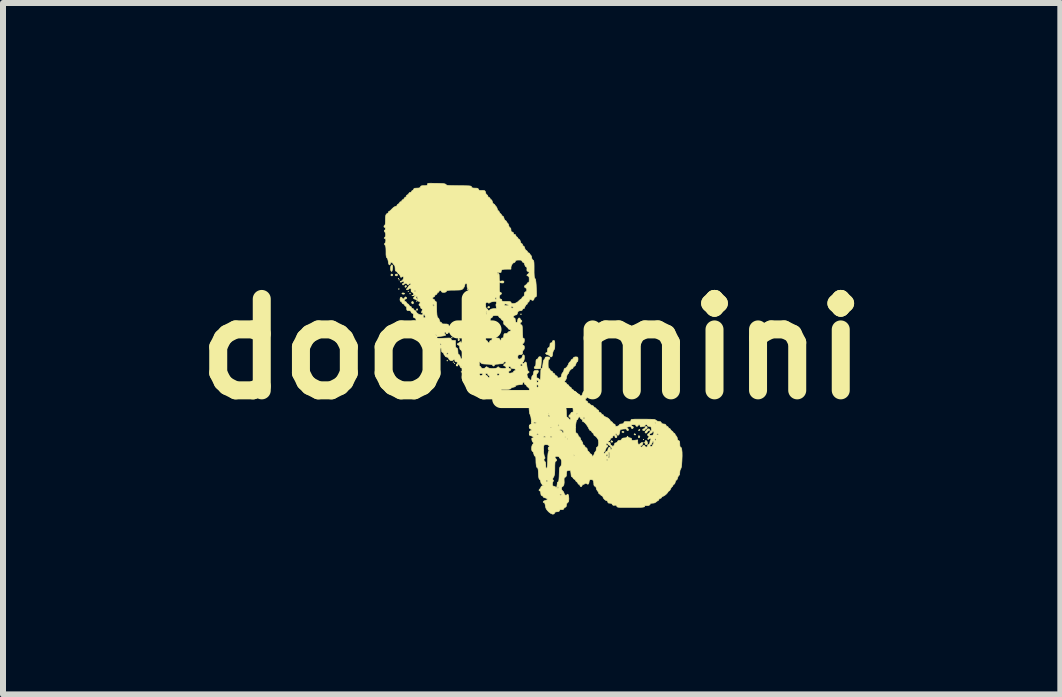
<source format=kicad_pcb>
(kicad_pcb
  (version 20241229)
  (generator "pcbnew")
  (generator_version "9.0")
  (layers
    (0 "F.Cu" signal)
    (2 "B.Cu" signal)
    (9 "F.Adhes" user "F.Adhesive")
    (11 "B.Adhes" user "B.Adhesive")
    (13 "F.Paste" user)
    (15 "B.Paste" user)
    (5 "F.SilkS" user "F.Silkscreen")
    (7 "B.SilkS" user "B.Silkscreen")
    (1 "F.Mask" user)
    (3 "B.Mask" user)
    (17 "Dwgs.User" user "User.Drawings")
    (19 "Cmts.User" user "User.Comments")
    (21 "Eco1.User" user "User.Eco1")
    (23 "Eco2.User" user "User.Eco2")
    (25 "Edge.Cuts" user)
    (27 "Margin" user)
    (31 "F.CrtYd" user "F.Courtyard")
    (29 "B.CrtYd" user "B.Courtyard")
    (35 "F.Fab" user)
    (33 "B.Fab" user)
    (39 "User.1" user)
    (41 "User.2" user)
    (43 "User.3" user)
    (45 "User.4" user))
  (footprint "doot_mini"
    (layer "F.Cu")
    (at 5.813 2.768)
    (property "Reference" "doot_mini" (at 0 0 0) (layer "F.SilkS") (effects (font (size 1.524 1.524) (thickness 0.3))))
    (attr through_hole)
    (fp_poly (pts (xy -2.215 -1.173) (xy -2.22 -1.168) (xy -2.225 -1.173) (xy -2.22 -1.179) (xy -2.215 -1.173)) (stroke (width 0.01) (type solid)) (fill yes) (layer "F.SilkS"))
    (fp_poly (pts (xy -2.205 -1.153) (xy -2.21 -1.148) (xy -2.215 -1.153) (xy -2.21 -1.158) (xy -2.205 -1.153)) (stroke (width 0.01) (type solid)) (fill yes) (layer "F.SilkS"))
    (fp_poly (pts (xy -2.052 -0.96) (xy -2.057 -0.955) (xy -2.062 -0.96) (xy -2.057 -0.965) (xy -2.052 -0.96)) (stroke (width 0.01) (type solid)) (fill yes) (layer "F.SilkS"))
    (fp_poly (pts (xy -1.91 -0.798) (xy -1.915 -0.792) (xy -1.92 -0.798) (xy -1.915 -0.803) (xy -1.91 -0.798)) (stroke (width 0.01) (type solid)) (fill yes) (layer "F.SilkS"))
    (fp_poly (pts (xy -1.3 0.218) (xy -1.306 0.224) (xy -1.311 0.218) (xy -1.306 0.213) (xy -1.3 0.218)) (stroke (width 0.01) (type solid)) (fill yes) (layer "F.SilkS"))
    (fp_poly (pts (xy -1.28 0.239) (xy -1.285 0.244) (xy -1.29 0.239) (xy -1.285 0.234) (xy -1.28 0.239)) (stroke (width 0.01) (type solid)) (fill yes) (layer "F.SilkS"))
    (fp_poly (pts (xy -1.199 -0.269) (xy -1.204 -0.264) (xy -1.209 -0.269) (xy -1.204 -0.274) (xy -1.199 -0.269)) (stroke (width 0.01) (type solid)) (fill yes) (layer "F.SilkS"))
    (fp_poly (pts (xy -1.158 -0.117) (xy -1.163 -0.112) (xy -1.168 -0.117) (xy -1.163 -0.122) (xy -1.158 -0.117)) (stroke (width 0.01) (type solid)) (fill yes) (layer "F.SilkS"))
    (fp_poly (pts (xy -1.128 -0.188) (xy -1.133 -0.183) (xy -1.138 -0.188) (xy -1.133 -0.193) (xy -1.128 -0.188)) (stroke (width 0.01) (type solid)) (fill yes) (layer "F.SilkS"))
    (fp_poly (pts (xy -1.067 -0.991) (xy -1.072 -0.986) (xy -1.077 -0.991) (xy -1.072 -0.996) (xy -1.067 -0.991)) (stroke (width 0.01) (type solid)) (fill yes) (layer "F.SilkS"))
    (fp_poly (pts (xy 1.869 1.509) (xy 1.864 1.514) (xy 1.859 1.509) (xy 1.864 1.504) (xy 1.869 1.509)) (stroke (width 0.01) (type solid)) (fill yes) (layer "F.SilkS"))
    (fp_poly (pts (xy 1.88 1.56) (xy 1.875 1.565) (xy 1.869 1.56) (xy 1.875 1.554) (xy 1.88 1.56)) (stroke (width 0.01) (type solid)) (fill yes) (layer "F.SilkS"))
    (fp_poly (pts (xy -2.208 -1.002) (xy -2.21 -0.996) (xy -2.215 -0.996) (xy -2.223 -0.999) (xy -2.222 -1.002) (xy -2.21 -1.004) (xy -2.208 -1.002)) (stroke (width 0.01) (type solid)) (fill yes) (layer "F.SilkS"))
    (fp_poly (pts (xy -2.025 -0.931) (xy -2.024 -0.919) (xy -2.025 -0.918) (xy -2.031 -0.919) (xy -2.032 -0.925) (xy -2.028 -0.933) (xy -2.025 -0.931)) (stroke (width 0.01) (type solid)) (fill yes) (layer "F.SilkS"))
    (fp_poly (pts (xy -1.405 0.186) (xy -1.404 0.198) (xy -1.405 0.2) (xy -1.412 0.198) (xy -1.412 0.193) (xy -1.409 0.185) (xy -1.405 0.186)) (stroke (width 0.01) (type solid)) (fill yes) (layer "F.SilkS"))
    (fp_poly (pts (xy -1.324 -0.19) (xy -1.326 -0.184) (xy -1.331 -0.183) (xy -1.339 -0.187) (xy -1.338 -0.19) (xy -1.326 -0.191) (xy -1.324 -0.19)) (stroke (width 0.01) (type solid)) (fill yes) (layer "F.SilkS"))
    (fp_poly (pts (xy -1.162 0.379) (xy -1.163 0.385) (xy -1.168 0.386) (xy -1.177 0.382) (xy -1.175 0.379) (xy -1.163 0.378) (xy -1.162 0.379)) (stroke (width 0.01) (type solid)) (fill yes) (layer "F.SilkS"))
    (fp_poly (pts (xy -1.07 -0.937) (xy -1.069 -0.921) (xy -1.071 -0.917) (xy -1.075 -0.92) (xy -1.076 -0.93) (xy -1.074 -0.941) (xy -1.07 -0.937)) (stroke (width 0.01) (type solid)) (fill yes) (layer "F.SilkS"))
    (fp_poly (pts (xy -0.176 -0.586) (xy -0.175 -0.574) (xy -0.176 -0.572) (xy -0.182 -0.574) (xy -0.183 -0.579) (xy -0.179 -0.587) (xy -0.176 -0.586)) (stroke (width 0.01) (type solid)) (fill yes) (layer "F.SilkS"))
    (fp_poly (pts (xy -2.086 -1.051) (xy -2.088 -1.039) (xy -2.101 -1.028) (xy -2.112 -1.033) (xy -2.113 -1.041) (xy -2.105 -1.055) (xy -2.097 -1.057) (xy -2.086 -1.051)) (stroke (width 0.01) (type solid)) (fill yes) (layer "F.SilkS"))
    (fp_poly (pts (xy -0.699 -0.701) (xy -0.702 -0.689) (xy -0.716 -0.683) (xy -0.729 -0.687) (xy -0.732 -0.696) (xy -0.724 -0.709) (xy -0.714 -0.709) (xy -0.699 -0.701)) (stroke (width 0.01) (type solid)) (fill yes) (layer "F.SilkS"))
    (fp_poly (pts (xy -2.318 -1.242) (xy -2.316 -1.234) (xy -2.325 -1.221) (xy -2.332 -1.219) (xy -2.345 -1.227) (xy -2.347 -1.234) (xy -2.339 -1.248) (xy -2.332 -1.25) (xy -2.318 -1.242)) (stroke (width 0.01) (type solid)) (fill yes) (layer "F.SilkS"))
    (fp_poly (pts (xy -2.239 -1.243) (xy -2.235 -1.234) (xy -2.244 -1.222) (xy -2.256 -1.219) (xy -2.272 -1.226) (xy -2.276 -1.234) (xy -2.267 -1.247) (xy -2.256 -1.25) (xy -2.239 -1.243)) (stroke (width 0.01) (type solid)) (fill yes) (layer "F.SilkS"))
    (fp_poly (pts (xy -2.125 -0.93) (xy -2.118 -0.925) (xy -2.122 -0.917) (xy -2.138 -0.914) (xy -2.157 -0.918) (xy -2.164 -0.925) (xy -2.156 -0.933) (xy -2.144 -0.935) (xy -2.125 -0.93)) (stroke (width 0.01) (type solid)) (fill yes) (layer "F.SilkS"))
    (fp_poly (pts (xy -1.974 -0.784) (xy -1.971 -0.772) (xy -1.976 -0.754) (xy -1.989 -0.754) (xy -1.995 -0.759) (xy -2.002 -0.775) (xy -1.996 -0.789) (xy -1.986 -0.792) (xy -1.974 -0.784)) (stroke (width 0.01) (type solid)) (fill yes) (layer "F.SilkS"))
    (fp_poly (pts (xy -1.9 -0.663) (xy -1.9 -0.661) (xy -1.907 -0.647) (xy -1.91 -0.645) (xy -1.919 -0.647) (xy -1.92 -0.655) (xy -1.915 -0.669) (xy -1.91 -0.671) (xy -1.9 -0.663)) (stroke (width 0.01) (type solid)) (fill yes) (layer "F.SilkS"))
    (fp_poly (pts (xy -1.206 -0.163) (xy -1.206 -0.163) (xy -1.208 -0.144) (xy -1.215 -0.138) (xy -1.225 -0.14) (xy -1.227 -0.158) (xy -1.222 -0.179) (xy -1.214 -0.181) (xy -1.206 -0.163)) (stroke (width 0.01) (type solid)) (fill yes) (layer "F.SilkS"))
    (fp_poly (pts (xy 1.336 1.53) (xy 1.349 1.54) (xy 1.351 1.545) (xy 1.343 1.553) (xy 1.336 1.554) (xy 1.323 1.547) (xy 1.321 1.54) (xy 1.328 1.529) (xy 1.336 1.53)) (stroke (width 0.01) (type solid)) (fill yes) (layer "F.SilkS"))
    (fp_poly (pts (xy 1.536 1.378) (xy 1.539 1.382) (xy 1.536 1.39) (xy 1.525 1.392) (xy 1.508 1.388) (xy 1.504 1.382) (xy 1.512 1.373) (xy 1.518 1.372) (xy 1.536 1.378)) (stroke (width 0.01) (type solid)) (fill yes) (layer "F.SilkS"))
    (fp_poly (pts (xy 1.73 1.42) (xy 1.732 1.422) (xy 1.73 1.431) (xy 1.723 1.433) (xy 1.709 1.427) (xy 1.707 1.422) (xy 1.714 1.413) (xy 1.716 1.412) (xy 1.73 1.42)) (stroke (width 0.01) (type solid)) (fill yes) (layer "F.SilkS"))
    (fp_poly (pts (xy 1.802 1.458) (xy 1.803 1.463) (xy 1.795 1.478) (xy 1.791 1.481) (xy 1.781 1.476) (xy 1.778 1.463) (xy 1.783 1.447) (xy 1.791 1.445) (xy 1.802 1.458)) (stroke (width 0.01) (type solid)) (fill yes) (layer "F.SilkS"))
    (fp_poly (pts (xy 1.805 1.347) (xy 1.803 1.351) (xy 1.79 1.361) (xy 1.787 1.361) (xy 1.781 1.355) (xy 1.783 1.351) (xy 1.797 1.341) (xy 1.8 1.341) (xy 1.805 1.347)) (stroke (width 0.01) (type solid)) (fill yes) (layer "F.SilkS"))
    (fp_poly (pts (xy 1.908 1.526) (xy 1.923 1.539) (xy 1.929 1.562) (xy 1.929 1.585) (xy 1.921 1.594) (xy 1.911 1.595) (xy 1.896 1.591) (xy 1.891 1.577) (xy 1.89 1.559) (xy 1.892 1.534) (xy 1.899 1.526) (xy 1.908 1.526)) (stroke (width 0.01) (type solid)) (fill yes) (layer "F.SilkS"))
    (fp_poly (pts (xy -2.321 -1.397) (xy -2.318 -1.379) (xy -2.318 -1.35) (xy -2.323 -1.317) (xy -2.33 -1.297) (xy -2.339 -1.294) (xy -2.347 -1.307) (xy -2.35 -1.318) (xy -2.352 -1.351) (xy -2.348 -1.38) (xy -2.338 -1.398) (xy -2.33 -1.402) (xy -2.321 -1.397)) (stroke (width 0.01) (type solid)) (fill yes) (layer "F.SilkS"))
    (fp_poly (pts (xy 1.923 1.296) (xy 1.926 1.31) (xy 1.917 1.325) (xy 1.904 1.331) (xy 1.891 1.339) (xy 1.89 1.346) (xy 1.881 1.359) (xy 1.869 1.361) (xy 1.853 1.355) (xy 1.849 1.346) (xy 1.858 1.334) (xy 1.869 1.331) (xy 1.886 1.324) (xy 1.89 1.311) (xy 1.897 1.294) (xy 1.913 1.291) (xy 1.923 1.296)) (stroke (width 0.01) (type solid)) (fill yes) (layer "F.SilkS"))
    (fp_poly (pts (xy 1.966 1.336) (xy 1.971 1.346) (xy 1.963 1.359) (xy 1.952 1.361) (xy 1.934 1.37) (xy 1.927 1.382) (xy 1.917 1.397) (xy 1.903 1.402) (xy 1.892 1.395) (xy 1.89 1.387) (xy 1.898 1.37) (xy 1.905 1.365) (xy 1.919 1.352) (xy 1.92 1.345) (xy 1.929 1.334) (xy 1.946 1.331) (xy 1.966 1.336)) (stroke (width 0.01) (type solid)) (fill yes) (layer "F.SilkS"))
    (fp_poly (pts (xy 0.143 0.129) (xy 0.154 0.133) (xy 0.16 0.141) (xy 0.162 0.156) (xy 0.162 0.183) (xy 0.159 0.226) (xy 0.159 0.227) (xy 0.156 0.268) (xy 0.152 0.3) (xy 0.15 0.319) (xy 0.149 0.322) (xy 0.135 0.327) (xy 0.11 0.33) (xy 0.082 0.331) (xy 0.06 0.329) (xy 0.058 0.329) (xy 0.043 0.317) (xy 0.043 0.301) (xy 0.056 0.291) (xy 0.066 0.28) (xy 0.07 0.255) (xy 0.071 0.229) (xy 0.072 0.195) (xy 0.077 0.178) (xy 0.086 0.173) (xy 0.087 0.173) (xy 0.102 0.164) (xy 0.111 0.148) (xy 0.123 0.13) (xy 0.141 0.129) (xy 0.143 0.129)) (stroke (width 0.01) (type solid)) (fill yes) (layer "F.SilkS"))
    (fp_poly (pts (xy 0.376 -0.14) (xy 0.382 -0.132) (xy 0.385 -0.112) (xy 0.386 -0.078) (xy 0.386 -0.07) (xy 0.385 -0.026) (xy 0.38 0.000208) (xy 0.371 0.014) (xy 0.371 0.014) (xy 0.361 0.03) (xy 0.352 0.059) (xy 0.349 0.079) (xy 0.344 0.111) (xy 0.337 0.127) (xy 0.325 0.132) (xy 0.324 0.132) (xy 0.308 0.126) (xy 0.305 0.118) (xy 0.296 0.107) (xy 0.273 0.098) (xy 0.269 0.097) (xy 0.247 0.089) (xy 0.234 0.077) (xy 0.234 0.066) (xy 0.247 0.061) (xy 0.249 0.061) (xy 0.26 0.054) (xy 0.264 0.031) (xy 0.264 0.022) (xy 0.267 -0.006) (xy 0.276 -0.02) (xy 0.284 -0.023) (xy 0.299 -0.032) (xy 0.304 -0.054) (xy 0.305 -0.065) (xy 0.307 -0.09) (xy 0.315 -0.1) (xy 0.325 -0.102) (xy 0.342 -0.109) (xy 0.345 -0.122) (xy 0.353 -0.139) (xy 0.366 -0.142) (xy 0.376 -0.14)) (stroke (width 0.01) (type solid)) (fill yes) (layer "F.SilkS"))
    (fp_poly (pts (xy -1.617 -2.762) (xy -1.589 -2.762) (xy -1.53 -2.76) (xy -1.488 -2.758) (xy -1.459 -2.755) (xy -1.442 -2.751) (xy -1.432 -2.745) (xy -1.428 -2.741) (xy -1.422 -2.735) (xy -1.411 -2.73) (xy -1.393 -2.727) (xy -1.365 -2.725) (xy -1.324 -2.724) (xy -1.267 -2.723) (xy -1.212 -2.722) (xy -1.142 -2.722) (xy -1.091 -2.721) (xy -1.054 -2.72) (xy -1.03 -2.718) (xy -1.015 -2.715) (xy -1.007 -2.71) (xy -1.003 -2.704) (xy -1.003 -2.702) (xy -0.996 -2.69) (xy -0.98 -2.684) (xy -0.951 -2.682) (xy -0.945 -2.682) (xy -0.913 -2.681) (xy -0.896 -2.676) (xy -0.888 -2.665) (xy -0.887 -2.662) (xy -0.877 -2.647) (xy -0.856 -2.643) (xy -0.85 -2.643) (xy -0.811 -2.644) (xy -0.788 -2.641) (xy -0.776 -2.631) (xy -0.769 -2.613) (xy -0.768 -2.606) (xy -0.759 -2.581) (xy -0.747 -2.571) (xy -0.746 -2.57) (xy -0.734 -2.562) (xy -0.732 -2.55) (xy -0.725 -2.533) (xy -0.715 -2.53) (xy -0.7 -2.521) (xy -0.694 -2.51) (xy -0.684 -2.493) (xy -0.675 -2.489) (xy -0.664 -2.48) (xy -0.656 -2.458) (xy -0.655 -2.454) (xy -0.646 -2.429) (xy -0.635 -2.418) (xy -0.634 -2.418) (xy -0.618 -2.41) (xy -0.613 -2.4) (xy -0.6 -2.381) (xy -0.593 -2.375) (xy -0.582 -2.36) (xy -0.574 -2.337) (xy -0.567 -2.315) (xy -0.558 -2.306) (xy -0.558 -2.306) (xy -0.547 -2.298) (xy -0.538 -2.281) (xy -0.528 -2.262) (xy -0.519 -2.256) (xy -0.509 -2.247) (xy -0.503 -2.235) (xy -0.492 -2.219) (xy -0.482 -2.215) (xy -0.471 -2.206) (xy -0.462 -2.183) (xy -0.462 -2.179) (xy -0.453 -2.155) (xy -0.442 -2.144) (xy -0.441 -2.144) (xy -0.427 -2.135) (xy -0.417 -2.118) (xy -0.406 -2.1) (xy -0.398 -2.093) (xy -0.39 -2.084) (xy -0.383 -2.062) (xy -0.382 -2.057) (xy -0.373 -2.032) (xy -0.361 -2.022) (xy -0.36 -2.022) (xy -0.349 -2.013) (xy -0.345 -1.987) (xy -0.345 -1.986) (xy -0.343 -1.962) (xy -0.334 -1.952) (xy -0.325 -1.951) (xy -0.308 -1.944) (xy -0.305 -1.93) (xy -0.298 -1.913) (xy -0.284 -1.91) (xy -0.268 -1.903) (xy -0.264 -1.89) (xy -0.258 -1.873) (xy -0.249 -1.869) (xy -0.236 -1.861) (xy -0.234 -1.853) (xy -0.225 -1.838) (xy -0.214 -1.832) (xy -0.197 -1.817) (xy -0.188 -1.792) (xy -0.18 -1.768) (xy -0.168 -1.758) (xy -0.167 -1.758) (xy -0.155 -1.749) (xy -0.152 -1.737) (xy -0.146 -1.721) (xy -0.138 -1.717) (xy -0.125 -1.708) (xy -0.117 -1.684) (xy -0.116 -1.682) (xy -0.105 -1.654) (xy -0.09 -1.643) (xy -0.074 -1.631) (xy -0.071 -1.621) (xy -0.063 -1.607) (xy -0.056 -1.605) (xy -0.039 -1.597) (xy -0.033 -1.587) (xy -0.021 -1.568) (xy -0.013 -1.562) (xy -0.004 -1.546) (xy 0 -1.524) (xy 0.007 -1.495) (xy 0.02 -1.484) (xy 0.028 -1.478) (xy 0.033 -1.468) (xy 0.037 -1.452) (xy 0.039 -1.425) (xy 0.04 -1.385) (xy 0.04 -1.33) (xy 0.04 -1.271) (xy 0.042 -1.229) (xy 0.044 -1.201) (xy 0.049 -1.184) (xy 0.055 -1.175) (xy 0.055 -1.175) (xy 0.062 -1.165) (xy 0.067 -1.146) (xy 0.071 -1.115) (xy 0.075 -1.068) (xy 0.077 -1.018) (xy 0.08 -0.961) (xy 0.081 -0.921) (xy 0.08 -0.895) (xy 0.078 -0.88) (xy 0.073 -0.872) (xy 0.066 -0.868) (xy 0.062 -0.867) (xy 0.045 -0.855) (xy 0.041 -0.843) (xy 0.035 -0.822) (xy 0.02 -0.81) (xy 0.004 -0.814) (xy 0.001 -0.817) (xy -0.017 -0.827) (xy -0.034 -0.821) (xy -0.041 -0.802) (xy -0.047 -0.786) (xy -0.056 -0.782) (xy -0.068 -0.774) (xy -0.071 -0.762) (xy -0.078 -0.745) (xy -0.087 -0.742) (xy -0.098 -0.737) (xy -0.097 -0.732) (xy -0.099 -0.721) (xy -0.102 -0.72) (xy -0.112 -0.708) (xy -0.116 -0.696) (xy -0.122 -0.679) (xy -0.128 -0.675) (xy -0.146 -0.67) (xy -0.157 -0.658) (xy -0.157 -0.65) (xy -0.163 -0.644) (xy -0.182 -0.639) (xy -0.19 -0.638) (xy -0.216 -0.634) (xy -0.229 -0.622) (xy -0.236 -0.602) (xy -0.244 -0.58) (xy -0.251 -0.571) (xy -0.252 -0.571) (xy -0.266 -0.568) (xy -0.287 -0.561) (xy -0.305 -0.547) (xy -0.309 -0.532) (xy -0.299 -0.52) (xy -0.288 -0.518) (xy -0.277 -0.509) (xy -0.274 -0.49) (xy -0.271 -0.464) (xy -0.265 -0.448) (xy -0.252 -0.44) (xy -0.24 -0.447) (xy -0.234 -0.466) (xy -0.234 -0.467) (xy -0.229 -0.498) (xy -0.216 -0.515) (xy -0.207 -0.518) (xy -0.194 -0.51) (xy -0.193 -0.504) (xy -0.185 -0.488) (xy -0.178 -0.484) (xy -0.164 -0.47) (xy -0.163 -0.463) (xy -0.171 -0.449) (xy -0.178 -0.447) (xy -0.19 -0.44) (xy -0.192 -0.425) (xy -0.184 -0.409) (xy -0.175 -0.404) (xy -0.166 -0.399) (xy -0.16 -0.389) (xy -0.157 -0.368) (xy -0.155 -0.333) (xy -0.154 -0.294) (xy -0.152 -0.241) (xy -0.149 -0.206) (xy -0.146 -0.185) (xy -0.141 -0.176) (xy -0.133 -0.177) (xy -0.131 -0.178) (xy -0.125 -0.173) (xy -0.122 -0.153) (xy -0.122 -0.144) (xy -0.126 -0.112) (xy -0.137 -0.098) (xy -0.15 -0.086) (xy -0.151 -0.071) (xy -0.141 -0.061) (xy -0.137 -0.061) (xy -0.126 -0.053) (xy -0.122 -0.033) (xy -0.123 -0.009) (xy -0.13 0.01) (xy -0.137 0.017) (xy -0.149 0.031) (xy -0.152 0.056) (xy -0.154 0.079) (xy -0.163 0.089) (xy -0.186 0.093) (xy -0.191 0.093) (xy -0.216 0.097) (xy -0.228 0.107) (xy -0.232 0.126) (xy -0.23 0.155) (xy -0.216 0.169) (xy -0.19 0.167) (xy -0.167 0.153) (xy -0.157 0.131) (xy -0.148 0.105) (xy -0.137 0.096) (xy -0.126 0.106) (xy -0.123 0.113) (xy -0.121 0.135) (xy -0.123 0.163) (xy -0.129 0.19) (xy -0.137 0.209) (xy -0.143 0.213) (xy -0.151 0.222) (xy -0.152 0.229) (xy -0.146 0.242) (xy -0.132 0.241) (xy -0.117 0.227) (xy -0.103 0.215) (xy -0.092 0.223) (xy -0.084 0.25) (xy -0.079 0.29) (xy -0.073 0.332) (xy -0.065 0.359) (xy -0.054 0.371) (xy -0.042 0.383) (xy -0.046 0.392) (xy -0.051 0.396) (xy -0.068 0.406) (xy -0.073 0.409) (xy -0.078 0.42) (xy -0.076 0.441) (xy -0.07 0.465) (xy -0.061 0.483) (xy -0.055 0.488) (xy -0.042 0.496) (xy -0.041 0.503) (xy -0.032 0.515) (xy -0.02 0.518) (xy -0.006 0.514) (xy -0.001 0.498) (xy 0 0.484) (xy 0.004 0.457) (xy 0.015 0.444) (xy 0.025 0.43) (xy 0.032 0.405) (xy 0.032 0.399) (xy 0.036 0.374) (xy 0.046 0.362) (xy 0.067 0.358) (xy 0.074 0.358) (xy 0.099 0.357) (xy 0.11 0.363) (xy 0.112 0.376) (xy 0.105 0.395) (xy 0.097 0.403) (xy 0.085 0.418) (xy 0.081 0.449) (xy 0.083 0.473) (xy 0.089 0.483) (xy 0.091 0.483) (xy 0.104 0.485) (xy 0.12 0.498) (xy 0.14 0.519) (xy 0.146 0.496) (xy 0.149 0.474) (xy 0.151 0.44) (xy 0.152 0.399) (xy 0.152 0.399) (xy 0.153 0.359) (xy 0.157 0.335) (xy 0.163 0.326) (xy 0.167 0.325) (xy 0.175 0.318) (xy 0.182 0.295) (xy 0.188 0.254) (xy 0.188 0.253) (xy 0.194 0.209) (xy 0.203 0.183) (xy 0.209 0.176) (xy 0.221 0.162) (xy 0.224 0.151) (xy 0.227 0.139) (xy 0.242 0.133) (xy 0.264 0.132) (xy 0.291 0.134) (xy 0.302 0.141) (xy 0.305 0.152) (xy 0.298 0.169) (xy 0.29 0.173) (xy 0.282 0.177) (xy 0.277 0.191) (xy 0.275 0.22) (xy 0.274 0.249) (xy 0.275 0.289) (xy 0.278 0.313) (xy 0.284 0.323) (xy 0.29 0.325) (xy 0.302 0.334) (xy 0.305 0.345) (xy 0.312 0.362) (xy 0.325 0.366) (xy 0.342 0.373) (xy 0.345 0.382) (xy 0.354 0.397) (xy 0.366 0.403) (xy 0.382 0.414) (xy 0.386 0.424) (xy 0.395 0.438) (xy 0.406 0.444) (xy 0.423 0.454) (xy 0.427 0.463) (xy 0.434 0.48) (xy 0.455 0.483) (xy 0.472 0.478) (xy 0.492 0.464) (xy 0.498 0.439) (xy 0.505 0.411) (xy 0.518 0.394) (xy 0.534 0.371) (xy 0.538 0.351) (xy 0.543 0.331) (xy 0.551 0.325) (xy 0.57 0.316) (xy 0.59 0.295) (xy 0.607 0.268) (xy 0.613 0.252) (xy 0.625 0.227) (xy 0.64 0.213) (xy 0.654 0.201) (xy 0.655 0.192) (xy 0.658 0.182) (xy 0.669 0.176) (xy 0.688 0.163) (xy 0.694 0.151) (xy 0.704 0.138) (xy 0.726 0.132) (xy 0.736 0.132) (xy 0.759 0.133) (xy 0.769 0.141) (xy 0.772 0.16) (xy 0.772 0.173) (xy 0.769 0.202) (xy 0.76 0.213) (xy 0.758 0.213) (xy 0.747 0.222) (xy 0.738 0.245) (xy 0.737 0.248) (xy 0.726 0.277) (xy 0.711 0.287) (xy 0.695 0.299) (xy 0.691 0.309) (xy 0.685 0.323) (xy 0.68 0.325) (xy 0.662 0.333) (xy 0.642 0.351) (xy 0.625 0.373) (xy 0.62 0.388) (xy 0.612 0.408) (xy 0.604 0.414) (xy 0.592 0.43) (xy 0.584 0.457) (xy 0.582 0.468) (xy 0.576 0.497) (xy 0.566 0.517) (xy 0.562 0.521) (xy 0.55 0.535) (xy 0.551 0.551) (xy 0.562 0.559) (xy 0.564 0.559) (xy 0.577 0.566) (xy 0.579 0.573) (xy 0.588 0.587) (xy 0.599 0.592) (xy 0.616 0.603) (xy 0.62 0.613) (xy 0.628 0.627) (xy 0.64 0.633) (xy 0.657 0.643) (xy 0.66 0.653) (xy 0.669 0.668) (xy 0.681 0.674) (xy 0.697 0.685) (xy 0.701 0.695) (xy 0.71 0.708) (xy 0.721 0.711) (xy 0.738 0.717) (xy 0.742 0.726) (xy 0.75 0.738) (xy 0.772 0.747) (xy 0.772 0.747) (xy 0.794 0.756) (xy 0.803 0.768) (xy 0.803 0.768) (xy 0.811 0.78) (xy 0.822 0.782) (xy 0.837 0.775) (xy 0.847 0.752) (xy 0.848 0.748) (xy 0.856 0.723) (xy 0.868 0.708) (xy 0.869 0.707) (xy 0.882 0.694) (xy 0.884 0.686) (xy 0.892 0.672) (xy 0.899 0.671) (xy 0.911 0.661) (xy 0.92 0.637) (xy 0.92 0.635) (xy 0.928 0.61) (xy 0.943 0.598) (xy 0.961 0.593) (xy 0.986 0.585) (xy 0.996 0.572) (xy 0.996 0.572) (xy 1.004 0.557) (xy 1.016 0.552) (xy 1.033 0.542) (xy 1.036 0.533) (xy 1.045 0.523) (xy 1.066 0.516) (xy 1.091 0.514) (xy 1.111 0.518) (xy 1.115 0.521) (xy 1.122 0.538) (xy 1.12 0.562) (xy 1.11 0.586) (xy 1.103 0.594) (xy 1.089 0.613) (xy 1.084 0.622) (xy 1.071 0.637) (xy 1.062 0.64) (xy 1.048 0.646) (xy 1.046 0.65) (xy 1.038 0.662) (xy 1.021 0.672) (xy 1.002 0.685) (xy 0.996 0.698) (xy 0.987 0.708) (xy 0.965 0.711) (xy 0.943 0.714) (xy 0.935 0.726) (xy 0.935 0.735) (xy 0.932 0.773) (xy 0.924 0.803) (xy 0.914 0.82) (xy 0.908 0.823) (xy 0.896 0.83) (xy 0.895 0.845) (xy 0.903 0.86) (xy 0.915 0.867) (xy 0.93 0.875) (xy 0.93 0.883) (xy 0.933 0.894) (xy 0.949 0.904) (xy 0.968 0.914) (xy 0.975 0.924) (xy 0.984 0.932) (xy 1.005 0.94) (xy 1.006 0.94) (xy 1.027 0.949) (xy 1.036 0.961) (xy 1.036 0.961) (xy 1.044 0.974) (xy 1.051 0.975) (xy 1.067 0.983) (xy 1.077 0.996) (xy 1.092 1.012) (xy 1.103 1.016) (xy 1.115 1.024) (xy 1.118 1.036) (xy 1.125 1.053) (xy 1.137 1.057) (xy 1.155 1.065) (xy 1.161 1.078) (xy 1.17 1.092) (xy 1.179 1.092) (xy 1.19 1.094) (xy 1.195 1.105) (xy 1.209 1.123) (xy 1.228 1.131) (xy 1.253 1.141) (xy 1.28 1.158) (xy 1.301 1.178) (xy 1.311 1.195) (xy 1.311 1.197) (xy 1.319 1.207) (xy 1.327 1.209) (xy 1.342 1.218) (xy 1.348 1.229) (xy 1.361 1.246) (xy 1.373 1.25) (xy 1.389 1.257) (xy 1.392 1.27) (xy 1.397 1.286) (xy 1.405 1.29) (xy 1.434 1.286) (xy 1.455 1.276) (xy 1.463 1.264) (xy 1.472 1.253) (xy 1.497 1.25) (xy 1.523 1.246) (xy 1.535 1.234) (xy 1.537 1.229) (xy 2.052 1.229) (xy 2.06 1.239) (xy 2.062 1.24) (xy 2.072 1.232) (xy 2.073 1.229) (xy 2.065 1.219) (xy 2.062 1.219) (xy 2.053 1.227) (xy 2.052 1.229) (xy 1.537 1.229) (xy 1.537 1.228) (xy 1.543 1.216) (xy 1.555 1.21) (xy 1.579 1.21) (xy 1.597 1.211) (xy 1.629 1.212) (xy 1.645 1.209) (xy 1.652 1.201) (xy 1.654 1.192) (xy 1.656 1.184) (xy 1.66 1.178) (xy 1.669 1.174) (xy 1.687 1.172) (xy 1.715 1.17) (xy 1.756 1.17) (xy 1.813 1.17) (xy 1.856 1.17) (xy 1.924 1.17) (xy 1.976 1.171) (xy 2.013 1.172) (xy 2.038 1.174) (xy 2.055 1.178) (xy 2.066 1.183) (xy 2.073 1.189) (xy 2.098 1.204) (xy 2.124 1.209) (xy 2.15 1.213) (xy 2.161 1.229) (xy 2.161 1.229) (xy 2.171 1.244) (xy 2.195 1.25) (xy 2.2 1.25) (xy 2.225 1.254) (xy 2.237 1.267) (xy 2.238 1.27) (xy 2.249 1.287) (xy 2.26 1.29) (xy 2.274 1.298) (xy 2.276 1.306) (xy 2.284 1.319) (xy 2.292 1.321) (xy 2.307 1.329) (xy 2.313 1.341) (xy 2.327 1.36) (xy 2.338 1.367) (xy 2.354 1.378) (xy 2.357 1.388) (xy 2.365 1.4) (xy 2.372 1.402) (xy 2.386 1.409) (xy 2.388 1.416) (xy 2.395 1.432) (xy 2.408 1.448) (xy 2.424 1.472) (xy 2.428 1.494) (xy 2.434 1.518) (xy 2.449 1.527) (xy 2.461 1.534) (xy 2.467 1.549) (xy 2.469 1.577) (xy 2.469 1.584) (xy 2.471 1.617) (xy 2.476 1.633) (xy 2.483 1.636) (xy 2.494 1.646) (xy 2.502 1.674) (xy 2.507 1.72) (xy 2.508 1.782) (xy 2.505 1.858) (xy 2.505 1.864) (xy 2.501 1.923) (xy 2.496 1.964) (xy 2.489 1.989) (xy 2.484 1.998) (xy 2.474 2.019) (xy 2.469 2.051) (xy 2.469 2.058) (xy 2.465 2.093) (xy 2.455 2.109) (xy 2.454 2.109) (xy 2.442 2.123) (xy 2.433 2.147) (xy 2.432 2.15) (xy 2.425 2.173) (xy 2.415 2.184) (xy 2.413 2.184) (xy 2.403 2.193) (xy 2.394 2.215) (xy 2.393 2.22) (xy 2.385 2.245) (xy 2.373 2.255) (xy 2.372 2.256) (xy 2.359 2.264) (xy 2.357 2.271) (xy 2.35 2.288) (xy 2.344 2.292) (xy 2.331 2.304) (xy 2.318 2.327) (xy 2.316 2.332) (xy 2.304 2.355) (xy 2.291 2.367) (xy 2.289 2.367) (xy 2.277 2.372) (xy 2.276 2.376) (xy 2.268 2.392) (xy 2.249 2.414) (xy 2.225 2.435) (xy 2.201 2.45) (xy 2.192 2.454) (xy 2.172 2.463) (xy 2.164 2.475) (xy 2.156 2.487) (xy 2.144 2.489) (xy 2.127 2.496) (xy 2.123 2.505) (xy 2.115 2.521) (xy 2.106 2.527) (xy 2.086 2.539) (xy 2.071 2.552) (xy 2.043 2.567) (xy 2.011 2.57) (xy 1.987 2.572) (xy 1.975 2.577) (xy 1.975 2.579) (xy 1.974 2.593) (xy 1.959 2.604) (xy 1.937 2.611) (xy 1.928 2.611) (xy 1.897 2.61) (xy 1.883 2.614) (xy 1.884 2.62) (xy 1.884 2.627) (xy 1.875 2.632) (xy 1.855 2.636) (xy 1.821 2.639) (xy 1.772 2.64) (xy 1.706 2.641) (xy 1.634 2.641) (xy 1.564 2.641) (xy 1.512 2.641) (xy 1.474 2.64) (xy 1.449 2.638) (xy 1.433 2.635) (xy 1.425 2.631) (xy 1.421 2.625) (xy 1.419 2.62) (xy 1.409 2.604) (xy 1.392 2.604) (xy 1.363 2.606) (xy 1.345 2.596) (xy 1.341 2.585) (xy 1.332 2.574) (xy 1.306 2.57) (xy 1.281 2.568) (xy 1.271 2.559) (xy 1.27 2.55) (xy 1.263 2.533) (xy 1.254 2.53) (xy 1.233 2.522) (xy 1.21 2.503) (xy 1.193 2.481) (xy 1.189 2.466) (xy 1.181 2.451) (xy 1.173 2.449) (xy 1.156 2.44) (xy 1.152 2.433) (xy 1.139 2.42) (xy 1.132 2.418) (xy 1.12 2.41) (xy 1.118 2.4) (xy 1.11 2.38) (xy 1.097 2.365) (xy 1.082 2.341) (xy 1.077 2.321) (xy 1.07 2.297) (xy 1.057 2.289) (xy 1.043 2.281) (xy 1.037 2.263) (xy 1.036 2.24) (xy 1.031 2.202) (xy 1.015 2.18) (xy 0.987 2.176) (xy 0.984 2.176) (xy 0.967 2.182) (xy 0.959 2.199) (xy 0.957 2.217) (xy 0.95 2.246) (xy 0.937 2.255) (xy 0.919 2.246) (xy 0.916 2.243) (xy 0.903 2.236) (xy 0.892 2.243) (xy 0.872 2.254) (xy 0.863 2.256) (xy 0.847 2.264) (xy 0.84 2.276) (xy 0.831 2.292) (xy 0.823 2.296) (xy 0.811 2.288) (xy 0.806 2.276) (xy 0.795 2.259) (xy 0.786 2.256) (xy 0.774 2.247) (xy 0.772 2.241) (xy 0.764 2.224) (xy 0.752 2.215) (xy 0.736 2.201) (xy 0.732 2.19) (xy 0.723 2.177) (xy 0.711 2.171) (xy 0.695 2.16) (xy 0.691 2.15) (xy 0.683 2.136) (xy 0.676 2.134) (xy 0.663 2.125) (xy 0.659 2.111) (xy 0.656 2.085) (xy 0.655 2.073) (xy 0.652 2.049) (xy 0.651 2.039) (xy 0.646 2.026) (xy 0.629 2.023) (xy 0.617 2.024) (xy 0.598 2.027) (xy 0.588 2.035) (xy 0.583 2.053) (xy 0.581 2.079) (xy 0.578 2.112) (xy 0.571 2.129) (xy 0.558 2.137) (xy 0.558 2.137) (xy 0.543 2.147) (xy 0.54 2.171) (xy 0.54 2.171) (xy 0.542 2.227) (xy 0.537 2.264) (xy 0.526 2.285) (xy 0.518 2.289) (xy 0.503 2.302) (xy 0.497 2.324) (xy 0.502 2.349) (xy 0.516 2.366) (xy 0.517 2.367) (xy 0.533 2.384) (xy 0.54 2.405) (xy 0.549 2.427) (xy 0.566 2.438) (xy 0.584 2.434) (xy 0.591 2.427) (xy 0.601 2.419) (xy 0.61 2.43) (xy 0.617 2.455) (xy 0.62 2.493) (xy 0.62 2.496) (xy 0.618 2.53) (xy 0.612 2.549) (xy 0.599 2.56) (xy 0.599 2.56) (xy 0.582 2.58) (xy 0.579 2.602) (xy 0.575 2.627) (xy 0.559 2.639) (xy 0.559 2.639) (xy 0.542 2.649) (xy 0.538 2.657) (xy 0.53 2.671) (xy 0.51 2.679) (xy 0.487 2.677) (xy 0.485 2.677) (xy 0.471 2.68) (xy 0.465 2.692) (xy 0.455 2.707) (xy 0.434 2.712) (xy 0.424 2.713) (xy 0.397 2.716) (xy 0.385 2.728) (xy 0.383 2.733) (xy 0.371 2.75) (xy 0.348 2.753) (xy 0.319 2.741) (xy 0.285 2.716) (xy 0.278 2.709) (xy 0.252 2.679) (xy 0.237 2.652) (xy 0.229 2.617) (xy 0.229 2.614) (xy 0.221 2.577) (xy 0.211 2.561) (xy 0.207 2.56) (xy 0.193 2.556) (xy 0.193 2.545) (xy 0.205 2.533) (xy 0.226 2.525) (xy 0.229 2.524) (xy 0.252 2.516) (xy 0.264 2.506) (xy 0.264 2.504) (xy 0.255 2.493) (xy 0.233 2.484) (xy 0.229 2.483) (xy 0.205 2.476) (xy 0.193 2.466) (xy 0.193 2.464) (xy 0.185 2.451) (xy 0.173 2.446) (xy 0.158 2.436) (xy 0.156 2.428) (xy 0.467 2.428) (xy 0.476 2.437) (xy 0.483 2.438) (xy 0.496 2.433) (xy 0.498 2.428) (xy 0.49 2.419) (xy 0.483 2.418) (xy 0.469 2.424) (xy 0.467 2.428) (xy 0.156 2.428) (xy 0.153 2.415) (xy 0.152 2.404) (xy 0.149 2.377) (xy 0.139 2.367) (xy 0.137 2.367) (xy 0.124 2.36) (xy 0.122 2.353) (xy 0.13 2.337) (xy 0.137 2.333) (xy 0.15 2.319) (xy 0.152 2.308) (xy 0.161 2.289) (xy 0.175 2.282) (xy 0.198 2.275) (xy 0.175 2.259) (xy 0.169 2.251) (xy 0.345 2.251) (xy 0.348 2.275) (xy 0.361 2.286) (xy 0.376 2.29) (xy 0.4 2.3) (xy 0.407 2.314) (xy 0.41 2.321) (xy 0.414 2.314) (xy 0.415 2.311) (xy 0.427 2.311) (xy 0.433 2.321) (xy 0.442 2.32) (xy 0.452 2.311) (xy 0.451 2.305) (xy 0.439 2.296) (xy 0.428 2.303) (xy 0.427 2.311) (xy 0.415 2.311) (xy 0.419 2.296) (xy 0.423 2.273) (xy 0.426 2.248) (xy 0.426 2.248) (xy 0.43 2.223) (xy 0.441 2.215) (xy 0.447 2.211) (xy 0.452 2.196) (xy 0.455 2.168) (xy 0.458 2.124) (xy 0.459 2.092) (xy 0.461 2.039) (xy 0.463 2.003) (xy 0.467 1.98) (xy 0.473 1.966) (xy 0.48 1.96) (xy 0.491 1.944) (xy 0.497 1.917) (xy 0.499 1.885) (xy 0.496 1.856) (xy 0.491 1.844) (xy 1.244 1.844) (xy 1.245 1.849) (xy 1.258 1.859) (xy 1.26 1.859) (xy 1.27 1.852) (xy 1.27 1.849) (xy 1.262 1.84) (xy 1.254 1.839) (xy 1.244 1.844) (xy 0.491 1.844) (xy 0.488 1.836) (xy 0.483 1.832) (xy 0.469 1.82) (xy 0.467 1.814) (xy 0.462 1.805) (xy 1.275 1.805) (xy 1.282 1.816) (xy 1.291 1.819) (xy 1.296 1.81) (xy 1.3 1.786) (xy 1.3 1.768) (xy 1.298 1.736) (xy 1.293 1.719) (xy 1.289 1.717) (xy 1.282 1.726) (xy 1.284 1.752) (xy 1.286 1.778) (xy 1.281 1.793) (xy 1.28 1.793) (xy 1.275 1.805) (xy 0.462 1.805) (xy 0.459 1.799) (xy 0.438 1.79) (xy 0.414 1.788) (xy 0.395 1.795) (xy 0.39 1.8) (xy 0.391 1.814) (xy 0.4 1.824) (xy 0.413 1.841) (xy 0.416 1.858) (xy 0.407 1.869) (xy 0.401 1.869) (xy 0.395 1.873) (xy 0.39 1.884) (xy 0.388 1.907) (xy 0.386 1.945) (xy 0.386 1.986) (xy 0.385 2.036) (xy 0.383 2.075) (xy 0.379 2.101) (xy 0.376 2.108) (xy 0.37 2.12) (xy 0.371 2.124) (xy 0.37 2.133) (xy 0.368 2.134) (xy 0.357 2.142) (xy 0.352 2.16) (xy 0.353 2.179) (xy 0.358 2.186) (xy 0.365 2.196) (xy 0.358 2.206) (xy 0.349 2.225) (xy 0.345 2.251) (xy 0.169 2.251) (xy 0.156 2.234) (xy 0.152 2.214) (xy 0.15 2.204) (xy 0.238 2.204) (xy 0.241 2.208) (xy 0.255 2.215) (xy 0.264 2.204) (xy 0.264 2.2) (xy 0.259 2.186) (xy 0.255 2.184) (xy 0.241 2.191) (xy 0.238 2.204) (xy 0.15 2.204) (xy 0.146 2.188) (xy 0.135 2.175) (xy 0.126 2.167) (xy 0.12 2.15) (xy 0.116 2.121) (xy 0.113 2.076) (xy 0.113 2.073) (xy 0.11 2.026) (xy 0.106 1.996) (xy 0.1 1.983) (xy 0.097 1.981) (xy 0.085 1.971) (xy 0.077 1.943) (xy 0.072 1.896) (xy 0.071 1.853) (xy 0.07 1.816) (xy 0.066 1.795) (xy 0.058 1.788) (xy 0.057 1.788) (xy 0.045 1.779) (xy 0.037 1.753) (xy 0.036 1.748) (xy 0.027 1.719) (xy 0.016 1.707) (xy 0.014 1.707) (xy 0.005 1.698) (xy 0.000218 1.676) (xy -0.000257 1.651) (xy 0.199 1.651) (xy 0.199 1.684) (xy 0.201 1.736) (xy 0.208 1.776) (xy 0.214 1.795) (xy 0.223 1.815) (xy 0.219 1.825) (xy 0.216 1.826) (xy 0.205 1.838) (xy 0.205 1.857) (xy 0.216 1.872) (xy 0.218 1.873) (xy 0.229 1.886) (xy 0.233 1.915) (xy 0.234 1.928) (xy 0.235 1.959) (xy 0.238 1.98) (xy 0.241 1.985) (xy 0.25 1.988) (xy 0.257 1.978) (xy 0.262 1.951) (xy 0.265 1.907) (xy 0.267 1.845) (xy 0.269 1.788) (xy 0.27 1.772) (xy 0.702 1.772) (xy 0.704 1.785) (xy 0.707 1.785) (xy 0.71 1.772) (xy 0.708 1.766) (xy 0.703 1.762) (xy 0.702 1.772) (xy 0.27 1.772) (xy 0.272 1.749) (xy 0.276 1.723) (xy 0.281 1.709) (xy 0.285 1.706) (xy 0.294 1.696) (xy 0.287 1.69) (xy 0.278 1.678) (xy 0.275 1.659) (xy 0.277 1.642) (xy 0.284 1.636) (xy 0.294 1.628) (xy 0.295 1.622) (xy 0.286 1.607) (xy 0.264 1.596) (xy 0.237 1.593) (xy 0.224 1.595) (xy 0.211 1.599) (xy 0.204 1.607) (xy 0.2 1.623) (xy 0.199 1.651) (xy -0.000257 1.651) (xy -0.000311 1.648) (xy 0.003 1.62) (xy 0.011 1.599) (xy 0.015 1.595) (xy 0.028 1.577) (xy 0.029 1.56) (xy 0.021 1.553) (xy 0.012 1.541) (xy 0.004 1.518) (xy 0.004 1.516) (xy 0.003 1.504) (xy 0.589 1.504) (xy 0.593 1.514) (xy 0.594 1.514) (xy 0.602 1.507) (xy 0.605 1.504) (xy 0.604 1.494) (xy 0.6 1.494) (xy 0.59 1.501) (xy 0.589 1.504) (xy 0.003 1.504) (xy 0.001 1.493) (xy 0.007 1.484) (xy 0.014 1.483) (xy 0.029 1.479) (xy 0.03 1.469) (xy 0.024 1.463) (xy 0.193 1.463) (xy 0.202 1.471) (xy 0.213 1.473) (xy 0.23 1.469) (xy 0.234 1.463) (xy 0.305 1.463) (xy 0.313 1.471) (xy 0.326 1.473) (xy 0.34 1.469) (xy 0.34 1.463) (xy 0.554 1.463) (xy 0.555 1.472) (xy 0.558 1.473) (xy 0.569 1.466) (xy 0.569 1.463) (xy 0.565 1.453) (xy 0.564 1.453) (xy 0.556 1.46) (xy 0.554 1.463) (xy 0.34 1.463) (xy 0.326 1.454) (xy 0.319 1.453) (xy 0.306 1.459) (xy 0.305 1.463) (xy 0.234 1.463) (xy 0.225 1.455) (xy 0.213 1.453) (xy 0.197 1.457) (xy 0.193 1.463) (xy 0.024 1.463) (xy 0.018 1.457) (xy -0.004 1.449) (xy -0.005 1.448) (xy -0.029 1.442) (xy -0.039 1.43) (xy -0.039 1.422) (xy 0.081 1.422) (xy 0.09 1.431) (xy 0.097 1.433) (xy 0.11 1.427) (xy 0.112 1.422) (xy 0.104 1.413) (xy 0.097 1.412) (xy 0.083 1.418) (xy 0.081 1.422) (xy -0.039 1.422) (xy -0.041 1.406) (xy -0.038 1.379) (xy -0.026 1.366) (xy -0.02 1.364) (xy -0.004 1.356) (xy -0.001 1.351) (xy 0.467 1.351) (xy 0.476 1.36) (xy 0.488 1.361) (xy 0.505 1.369) (xy 0.508 1.382) (xy 0.513 1.399) (xy 0.523 1.4) (xy 0.531 1.389) (xy 0.53 1.369) (xy 0.515 1.351) (xy 0.495 1.342) (xy 0.732 1.342) (xy 0.733 1.376) (xy 0.737 1.394) (xy 0.746 1.403) (xy 0.752 1.405) (xy 0.769 1.419) (xy 0.772 1.431) (xy 0.78 1.452) (xy 0.792 1.463) (xy 0.809 1.48) (xy 0.813 1.494) (xy 0.82 1.516) (xy 0.833 1.534) (xy 0.849 1.559) (xy 0.853 1.58) (xy 0.857 1.598) (xy 0.864 1.6) (xy 0.874 1.604) (xy 0.884 1.62) (xy 0.896 1.639) (xy 0.909 1.646) (xy 0.922 1.655) (xy 0.925 1.671) (xy 0.933 1.696) (xy 0.945 1.707) (xy 0.961 1.721) (xy 0.965 1.731) (xy 0.974 1.745) (xy 0.986 1.75) (xy 1.002 1.762) (xy 1.006 1.772) (xy 1.01 1.787) (xy 1.021 1.787) (xy 1.032 1.775) (xy 1.033 1.773) (xy 1.24 1.773) (xy 1.248 1.786) (xy 1.255 1.788) (xy 1.268 1.78) (xy 1.27 1.773) (xy 1.262 1.759) (xy 1.255 1.758) (xy 1.241 1.766) (xy 1.24 1.773) (xy 1.033 1.773) (xy 1.041 1.754) (xy 1.049 1.729) (xy 1.05 1.728) (xy 1.202 1.728) (xy 1.203 1.736) (xy 1.215 1.743) (xy 1.226 1.735) (xy 1.229 1.722) (xy 1.238 1.71) (xy 1.25 1.707) (xy 1.266 1.7) (xy 1.27 1.684) (xy 1.276 1.659) (xy 1.29 1.64) (xy 1.303 1.636) (xy 1.309 1.644) (xy 1.311 1.656) (xy 1.316 1.674) (xy 1.328 1.674) (xy 1.337 1.665) (xy 1.336 1.65) (xy 1.327 1.641) (xy 1.314 1.625) (xy 1.311 1.617) (xy 1.302 1.607) (xy 1.296 1.605) (xy 1.28 1.597) (xy 1.27 1.585) (xy 1.256 1.571) (xy 1.244 1.574) (xy 1.24 1.591) (xy 1.248 1.604) (xy 1.255 1.605) (xy 1.268 1.613) (xy 1.27 1.621) (xy 1.264 1.633) (xy 1.258 1.633) (xy 1.248 1.64) (xy 1.238 1.661) (xy 1.236 1.666) (xy 1.225 1.693) (xy 1.212 1.712) (xy 1.211 1.713) (xy 1.202 1.728) (xy 1.05 1.728) (xy 1.061 1.714) (xy 1.062 1.713) (xy 1.073 1.699) (xy 1.077 1.672) (xy 1.08 1.645) (xy 1.091 1.636) (xy 1.092 1.636) (xy 1.104 1.627) (xy 1.112 1.603) (xy 1.117 1.57) (xy 1.116 1.546) (xy 1.27 1.546) (xy 1.279 1.553) (xy 1.29 1.554) (xy 1.306 1.56) (xy 1.311 1.58) (xy 1.316 1.6) (xy 1.325 1.605) (xy 1.341 1.613) (xy 1.344 1.618) (xy 1.352 1.624) (xy 1.365 1.617) (xy 1.377 1.602) (xy 1.382 1.584) (xy 1.389 1.568) (xy 1.403 1.565) (xy 1.423 1.556) (xy 1.43 1.544) (xy 1.441 1.528) (xy 1.465 1.524) (xy 1.49 1.519) (xy 1.501 1.504) (xy 1.509 1.49) (xy 1.53 1.484) (xy 1.544 1.483) (xy 1.574 1.48) (xy 1.589 1.467) (xy 1.59 1.466) (xy 1.596 1.453) (xy 1.603 1.459) (xy 1.606 1.466) (xy 1.624 1.479) (xy 1.641 1.483) (xy 1.661 1.488) (xy 1.666 1.505) (xy 1.666 1.505) (xy 1.668 1.518) (xy 1.677 1.523) (xy 1.697 1.523) (xy 1.717 1.521) (xy 1.768 1.515) (xy 1.768 1.549) (xy 1.772 1.577) (xy 1.782 1.592) (xy 1.796 1.59) (xy 1.802 1.583) (xy 1.821 1.567) (xy 1.835 1.561) (xy 1.85 1.559) (xy 1.853 1.569) (xy 1.852 1.579) (xy 1.841 1.6) (xy 1.827 1.609) (xy 1.813 1.617) (xy 1.813 1.625) (xy 1.827 1.635) (xy 1.842 1.633) (xy 1.849 1.621) (xy 1.858 1.608) (xy 1.869 1.605) (xy 1.886 1.612) (xy 1.89 1.621) (xy 1.898 1.633) (xy 1.91 1.636) (xy 1.927 1.628) (xy 1.93 1.617) (xy 1.933 1.61) (xy 1.971 1.61) (xy 1.98 1.623) (xy 1.991 1.626) (xy 2.008 1.62) (xy 2.012 1.611) (xy 2.017 1.596) (xy 2.021 1.593) (xy 2.03 1.582) (xy 2.034 1.562) (xy 2.031 1.543) (xy 2.026 1.537) (xy 2.016 1.543) (xy 2.009 1.563) (xy 2.008 1.564) (xy 1.999 1.587) (xy 1.987 1.595) (xy 1.973 1.603) (xy 1.971 1.61) (xy 1.933 1.61) (xy 1.939 1.599) (xy 1.951 1.592) (xy 1.967 1.58) (xy 1.971 1.557) (xy 1.975 1.532) (xy 1.983 1.516) (xy 1.986 1.509) (xy 2.052 1.509) (xy 2.058 1.522) (xy 2.062 1.524) (xy 2.071 1.515) (xy 2.073 1.503) (xy 2.069 1.489) (xy 2.062 1.488) (xy 2.053 1.503) (xy 2.052 1.509) (xy 1.986 1.509) (xy 1.99 1.501) (xy 1.985 1.493) (xy 1.971 1.489) (xy 1.958 1.498) (xy 1.942 1.508) (xy 1.935 1.503) (xy 1.937 1.489) (xy 1.947 1.478) (xy 1.96 1.466) (xy 1.957 1.458) (xy 1.948 1.452) (xy 1.932 1.436) (xy 1.934 1.426) (xy 1.962 1.426) (xy 1.968 1.438) (xy 1.983 1.443) (xy 2.009 1.438) (xy 2.022 1.433) (xy 2.03 1.422) (xy 2.083 1.422) (xy 2.091 1.431) (xy 2.098 1.433) (xy 2.112 1.427) (xy 2.113 1.422) (xy 2.105 1.413) (xy 2.098 1.412) (xy 2.085 1.418) (xy 2.083 1.422) (xy 2.03 1.422) (xy 2.033 1.418) (xy 2.037 1.397) (xy 2.035 1.379) (xy 2.025 1.372) (xy 2.013 1.38) (xy 2.012 1.386) (xy 2.003 1.399) (xy 1.989 1.404) (xy 1.97 1.412) (xy 1.962 1.426) (xy 1.934 1.426) (xy 1.934 1.419) (xy 1.951 1.409) (xy 1.968 1.396) (xy 1.971 1.383) (xy 1.978 1.365) (xy 1.987 1.361) (xy 1.999 1.356) (xy 1.998 1.339) (xy 1.993 1.315) (xy 1.991 1.303) (xy 1.982 1.294) (xy 1.961 1.29) (xy 1.937 1.286) (xy 1.93 1.275) (xy 1.922 1.263) (xy 1.91 1.26) (xy 1.894 1.266) (xy 1.89 1.275) (xy 1.881 1.288) (xy 1.872 1.29) (xy 1.848 1.293) (xy 1.831 1.297) (xy 1.814 1.298) (xy 1.809 1.285) (xy 1.808 1.281) (xy 1.802 1.264) (xy 1.788 1.261) (xy 1.775 1.273) (xy 1.774 1.275) (xy 1.761 1.289) (xy 1.753 1.29) (xy 1.739 1.282) (xy 1.737 1.275) (xy 1.731 1.264) (xy 1.708 1.26) (xy 1.697 1.26) (xy 1.67 1.263) (xy 1.657 1.271) (xy 1.66 1.28) (xy 1.677 1.288) (xy 1.692 1.298) (xy 1.695 1.309) (xy 1.685 1.326) (xy 1.671 1.327) (xy 1.659 1.312) (xy 1.659 1.311) (xy 1.652 1.295) (xy 1.636 1.292) (xy 1.622 1.295) (xy 1.594 1.302) (xy 1.585 1.31) (xy 1.595 1.32) (xy 1.598 1.322) (xy 1.612 1.336) (xy 1.614 1.352) (xy 1.604 1.361) (xy 1.6 1.361) (xy 1.587 1.353) (xy 1.585 1.345) (xy 1.582 1.335) (xy 1.568 1.332) (xy 1.541 1.333) (xy 1.534 1.333) (xy 1.504 1.337) (xy 1.483 1.341) (xy 1.478 1.343) (xy 1.473 1.356) (xy 1.467 1.381) (xy 1.465 1.393) (xy 1.458 1.422) (xy 1.448 1.435) (xy 1.437 1.438) (xy 1.422 1.432) (xy 1.42 1.425) (xy 1.414 1.414) (xy 1.407 1.412) (xy 1.394 1.418) (xy 1.395 1.43) (xy 1.407 1.439) (xy 1.421 1.453) (xy 1.419 1.471) (xy 1.411 1.479) (xy 1.398 1.478) (xy 1.388 1.466) (xy 1.388 1.451) (xy 1.388 1.451) (xy 1.384 1.444) (xy 1.372 1.443) (xy 1.355 1.45) (xy 1.351 1.463) (xy 1.344 1.48) (xy 1.331 1.483) (xy 1.314 1.49) (xy 1.311 1.505) (xy 1.302 1.525) (xy 1.29 1.531) (xy 1.274 1.539) (xy 1.27 1.546) (xy 1.116 1.546) (xy 1.115 1.535) (xy 1.114 1.529) (xy 1.105 1.503) (xy 1.087 1.476) (xy 1.066 1.454) (xy 1.047 1.443) (xy 1.045 1.443) (xy 1.038 1.434) (xy 1.036 1.422) (xy 1.03 1.406) (xy 1.022 1.402) (xy 1.009 1.394) (xy 1.003 1.382) (xy 0.992 1.365) (xy 0.982 1.361) (xy 0.968 1.353) (xy 0.956 1.333) (xy 0.937 1.296) (xy 0.913 1.26) (xy 0.888 1.231) (xy 0.865 1.213) (xy 0.854 1.209) (xy 0.846 1.202) (xy 0.847 1.193) (xy 0.845 1.177) (xy 0.834 1.172) (xy 0.816 1.158) (xy 0.815 1.158) (xy 0.858 1.158) (xy 0.86 1.162) (xy 0.875 1.168) (xy 0.884 1.157) (xy 0.884 1.153) (xy 0.879 1.14) (xy 0.874 1.138) (xy 0.861 1.145) (xy 0.858 1.158) (xy 0.815 1.158) (xy 0.809 1.146) (xy 0.799 1.131) (xy 0.786 1.133) (xy 0.776 1.149) (xy 0.774 1.156) (xy 0.766 1.174) (xy 0.758 1.179) (xy 0.749 1.188) (xy 0.741 1.215) (xy 0.735 1.256) (xy 0.732 1.308) (xy 0.732 1.342) (xy 0.495 1.342) (xy 0.493 1.341) (xy 0.489 1.341) (xy 0.472 1.345) (xy 0.467 1.351) (xy -0.001 1.351) (xy 0 1.349) (xy -0.008 1.339) (xy -0.02 1.334) (xy -0.036 1.321) (xy -0.039 1.309) (xy 0.305 1.309) (xy 0.313 1.316) (xy 0.32 1.317) (xy 0.334 1.313) (xy 0.335 1.309) (xy 0.327 1.301) (xy 0.32 1.3) (xy 0.307 1.305) (xy 0.305 1.309) (xy -0.039 1.309) (xy -0.042 1.299) (xy -0.039 1.276) (xy 0.437 1.276) (xy 0.442 1.286) (xy 0.447 1.285) (xy 0.457 1.272) (xy 0.457 1.269) (xy 0.449 1.26) (xy 0.447 1.26) (xy 0.438 1.268) (xy 0.437 1.276) (xy -0.039 1.276) (xy -0.039 1.275) (xy -0.026 1.259) (xy -0.021 1.257) (xy -0.011 1.253) (xy -0.005 1.243) (xy -0.005 1.229) (xy 0.03 1.229) (xy 0.039 1.237) (xy 0.056 1.24) (xy 0.074 1.236) (xy 0.076 1.229) (xy 0.062 1.221) (xy 0.05 1.219) (xy 0.034 1.224) (xy 0.03 1.229) (xy -0.005 1.229) (xy -0.004 1.223) (xy -0.006 1.19) (xy -0.007 1.177) (xy -0.012 1.139) (xy -0.018 1.109) (xy -0.021 1.104) (xy 0.275 1.104) (xy 0.276 1.119) (xy 0.285 1.13) (xy 0.287 1.131) (xy 0.301 1.133) (xy 0.302 1.122) (xy 0.299 1.114) (xy 0.289 1.1) (xy 0.283 1.097) (xy 0.275 1.104) (xy -0.021 1.104) (xy -0.026 1.093) (xy -0.026 1.092) (xy -0.031 1.082) (xy 0.274 1.082) (xy 0.279 1.087) (xy 0.284 1.082) (xy 0.279 1.077) (xy 0.274 1.082) (xy -0.031 1.082) (xy -0.033 1.078) (xy -0.038 1.049) (xy -0.042 1.012) (xy -0.043 0.973) (xy -0.043 0.938) (xy -0.04 0.913) (xy -0.037 0.907) (xy -0.022 0.898) (xy 0.001 0.894) (xy 0.022 0.891) (xy 0.03 0.884) (xy 0.022 0.877) (xy -0.001 0.874) (xy -0.006 0.874) (xy -0.047 0.869) (xy -0.072 0.854) (xy -0.079 0.833) (xy 0.467 0.833) (xy 0.468 0.859) (xy 0.475 0.871) (xy 0.492 0.874) (xy 0.503 0.874) (xy 0.53 0.877) (xy 0.537 0.887) (xy 0.527 0.904) (xy 0.521 0.91) (xy 0.51 0.925) (xy 0.516 0.932) (xy 0.516 0.932) (xy 0.533 0.943) (xy 0.544 0.952) (xy 0.556 0.96) (xy 0.56 0.958) (xy 0.563 0.959) (xy 0.569 0.97) (xy 0.573 0.99) (xy 0.577 1.024) (xy 0.578 1.063) (xy 0.578 1.064) (xy 0.58 1.106) (xy 0.584 1.13) (xy 0.592 1.138) (xy 0.592 1.138) (xy 0.607 1.146) (xy 0.617 1.158) (xy 0.631 1.174) (xy 0.64 1.179) (xy 0.648 1.17) (xy 0.65 1.158) (xy 0.644 1.142) (xy 0.635 1.138) (xy 0.623 1.129) (xy 0.62 1.118) (xy 0.626 1.101) (xy 0.635 1.097) (xy 0.647 1.089) (xy 0.65 1.078) (xy 0.651 1.077) (xy 0.742 1.077) (xy 0.749 1.087) (xy 0.752 1.087) (xy 0.762 1.079) (xy 0.762 1.077) (xy 0.754 1.067) (xy 0.752 1.067) (xy 0.742 1.075) (xy 0.742 1.077) (xy 0.651 1.077) (xy 0.659 1.06) (xy 0.673 1.055) (xy 0.69 1.049) (xy 0.693 1.044) (xy 0.692 1.029) (xy 0.691 1.006) (xy 0.687 0.982) (xy 0.676 0.975) (xy 0.664 0.967) (xy 0.655 0.945) (xy 0.655 0.945) (xy 0.647 0.921) (xy 0.636 0.907) (xy 0.622 0.891) (xy 0.617 0.881) (xy 0.604 0.866) (xy 0.595 0.864) (xy 0.581 0.856) (xy 0.579 0.849) (xy 0.571 0.832) (xy 0.564 0.825) (xy 0.55 0.81) (xy 0.54 0.787) (xy 0.529 0.763) (xy 0.516 0.754) (xy 0.505 0.762) (xy 0.501 0.771) (xy 0.491 0.788) (xy 0.481 0.792) (xy 0.471 0.801) (xy 0.467 0.828) (xy 0.467 0.833) (xy -0.079 0.833) (xy -0.081 0.827) (xy -0.081 0.823) (xy -0.078 0.801) (xy -0.072 0.792) (xy -0.072 0.792) (xy -0.056 0.789) (xy -0.034 0.782) (xy -0.015 0.773) (xy -0.014 0.772) (xy 0.081 0.772) (xy 0.09 0.781) (xy 0.097 0.782) (xy 0.11 0.777) (xy 0.112 0.772) (xy 0.104 0.763) (xy 0.097 0.762) (xy 0.083 0.767) (xy 0.081 0.772) (xy -0.014 0.772) (xy -0.013 0.766) (xy -0.024 0.757) (xy -0.038 0.736) (xy -0.038 0.732) (xy 0.198 0.732) (xy 0.207 0.744) (xy 0.23 0.75) (xy 0.253 0.755) (xy 0.264 0.769) (xy 0.269 0.788) (xy 0.278 0.814) (xy 0.29 0.823) (xy 0.3 0.816) (xy 0.304 0.791) (xy 0.304 0.79) (xy 0.296 0.752) (xy 0.275 0.725) (xy 0.244 0.713) (xy 0.232 0.713) (xy 0.206 0.72) (xy 0.198 0.732) (xy -0.038 0.732) (xy -0.037 0.72) (xy -0.035 0.688) (xy -0.041 0.659) (xy -0.056 0.64) (xy -0.062 0.637) (xy -0.078 0.626) (xy -0.081 0.617) (xy -0.084 0.613) (xy 0.081 0.613) (xy 0.085 0.629) (xy 0.088 0.633) (xy 0.103 0.64) (xy 0.111 0.628) (xy 0.112 0.621) (xy 0.105 0.602) (xy 0.097 0.596) (xy 0.085 0.599) (xy 0.081 0.613) (xy -0.084 0.613) (xy -0.09 0.602) (xy -0.102 0.596) (xy -0.119 0.583) (xy -0.122 0.57) (xy -0.127 0.552) (xy -0.138 0.551) (xy -0.148 0.565) (xy -0.149 0.569) (xy -0.154 0.586) (xy -0.156 0.59) (xy -0.166 0.591) (xy -0.19 0.594) (xy -0.203 0.595) (xy -0.242 0.601) (xy -0.264 0.606) (xy -0.271 0.613) (xy -0.269 0.619) (xy -0.274 0.627) (xy -0.294 0.634) (xy -0.304 0.636) (xy -0.33 0.643) (xy -0.344 0.653) (xy -0.345 0.656) (xy -0.355 0.665) (xy -0.383 0.671) (xy -0.426 0.674) (xy -0.482 0.673) (xy -0.51 0.672) (xy -0.55 0.669) (xy -0.572 0.663) (xy -0.579 0.655) (xy -0.579 0.654) (xy -0.588 0.643) (xy -0.599 0.64) (xy -0.616 0.646) (xy -0.62 0.655) (xy -0.625 0.665) (xy -0.642 0.669) (xy -0.676 0.671) (xy -0.709 0.669) (xy -0.726 0.665) (xy -0.731 0.656) (xy -0.732 0.654) (xy -0.74 0.639) (xy -0.751 0.633) (xy -0.769 0.62) (xy -0.776 0.608) (xy -0.784 0.594) (xy -0.791 0.594) (xy -0.803 0.591) (xy -0.813 0.579) (xy -0.833 0.562) (xy -0.853 0.559) (xy -0.877 0.553) (xy -0.887 0.539) (xy -0.887 0.538) (xy 0.081 0.538) (xy 0.088 0.555) (xy 0.097 0.559) (xy 0.109 0.55) (xy 0.112 0.538) (xy 0.105 0.522) (xy 0.097 0.518) (xy 0.084 0.527) (xy 0.081 0.538) (xy -0.887 0.538) (xy -0.9 0.523) (xy -0.925 0.516) (xy -0.951 0.51) (xy -0.962 0.5) (xy -0.957 0.49) (xy -0.944 0.485) (xy -0.929 0.474) (xy -0.93 0.46) (xy -0.946 0.449) (xy -0.948 0.449) (xy -0.963 0.453) (xy -0.965 0.462) (xy -0.972 0.475) (xy -0.981 0.476) (xy -0.994 0.468) (xy -0.995 0.463) (xy -1.002 0.45) (xy -1.024 0.44) (xy -1.049 0.437) (xy -1.07 0.433) (xy -1.076 0.421) (xy -0.894 0.421) (xy -0.886 0.435) (xy -0.866 0.443) (xy -0.842 0.443) (xy -0.823 0.435) (xy -0.815 0.423) (xy -0.815 0.421) (xy -0.772 0.421) (xy -0.764 0.435) (xy -0.752 0.442) (xy -0.735 0.453) (xy -0.732 0.463) (xy -0.723 0.476) (xy -0.716 0.478) (xy -0.703 0.469) (xy -0.701 0.462) (xy -0.709 0.445) (xy -0.716 0.441) (xy -0.73 0.428) (xy -0.732 0.421) (xy -0.732 0.42) (xy -0.579 0.42) (xy -0.573 0.439) (xy -0.559 0.445) (xy -0.545 0.436) (xy -0.54 0.423) (xy -0.545 0.409) (xy -0.558 0.406) (xy -0.575 0.412) (xy -0.579 0.42) (xy -0.732 0.42) (xy -0.74 0.409) (xy -0.752 0.406) (xy -0.768 0.412) (xy -0.772 0.421) (xy -0.815 0.421) (xy -0.817 0.412) (xy -0.831 0.407) (xy -0.853 0.406) (xy -0.882 0.409) (xy -0.894 0.418) (xy -0.894 0.421) (xy -1.076 0.421) (xy -1.077 0.419) (xy -1.077 0.416) (xy -1.085 0.395) (xy -1.097 0.389) (xy -1.106 0.381) (xy -0.962 0.381) (xy -0.961 0.395) (xy -0.947 0.405) (xy -0.931 0.404) (xy -0.925 0.392) (xy -0.931 0.374) (xy -0.936 0.37) (xy -0.951 0.37) (xy -0.962 0.381) (xy -1.106 0.381) (xy -1.114 0.375) (xy -1.12 0.357) (xy -1.128 0.336) (xy -1.149 0.324) (xy -1.156 0.321) (xy -1.182 0.309) (xy -1.188 0.3) (xy -1.179 0.3) (xy -1.173 0.305) (xy -1.168 0.3) (xy -1.173 0.295) (xy -1.179 0.3) (xy -1.188 0.3) (xy -1.195 0.288) (xy -1.196 0.283) (xy -1.2 0.274) (xy -0.996 0.274) (xy -0.988 0.284) (xy -0.986 0.284) (xy -0.976 0.277) (xy -0.975 0.274) (xy -0.976 0.273) (xy -0.923 0.273) (xy -0.916 0.282) (xy -0.895 0.284) (xy -0.889 0.284) (xy -0.862 0.287) (xy -0.849 0.298) (xy -0.846 0.305) (xy -0.833 0.32) (xy -0.81 0.325) (xy -0.785 0.321) (xy -0.767 0.307) (xy -0.756 0.296) (xy -0.745 0.298) (xy -0.734 0.307) (xy -0.712 0.319) (xy -0.679 0.325) (xy -0.641 0.326) (xy -0.606 0.323) (xy -0.579 0.315) (xy -0.569 0.307) (xy -0.56 0.295) (xy -0.552 0.301) (xy -0.549 0.306) (xy -0.533 0.317) (xy -0.501 0.323) (xy -0.483 0.324) (xy -0.451 0.324) (xy -0.434 0.321) (xy -0.427 0.313) (xy -0.427 0.309) (xy -0.386 0.309) (xy -0.377 0.322) (xy -0.366 0.325) (xy -0.349 0.332) (xy -0.345 0.341) (xy -0.354 0.357) (xy -0.366 0.363) (xy -0.383 0.375) (xy -0.384 0.392) (xy -0.379 0.4) (xy -0.364 0.404) (xy -0.351 0.402) (xy -0.328 0.397) (xy -0.318 0.396) (xy -0.306 0.388) (xy -0.305 0.382) (xy -0.296 0.369) (xy -0.284 0.363) (xy -0.269 0.354) (xy -0.269 0.341) (xy -0.283 0.331) (xy -0.307 0.325) (xy -0.311 0.325) (xy -0.337 0.321) (xy -0.345 0.311) (xy -0.353 0.296) (xy -0.368 0.289) (xy -0.38 0.292) (xy -0.386 0.309) (xy -0.427 0.309) (xy -0.427 0.305) (xy -0.434 0.288) (xy -0.447 0.284) (xy -0.464 0.278) (xy -0.467 0.268) (xy -0.466 0.267) (xy -0.191 0.267) (xy -0.188 0.281) (xy -0.173 0.284) (xy -0.156 0.279) (xy -0.154 0.267) (xy -0.164 0.252) (xy -0.173 0.249) (xy -0.187 0.257) (xy -0.191 0.267) (xy -0.466 0.267) (xy -0.459 0.253) (xy -0.447 0.247) (xy -0.431 0.237) (xy -0.427 0.227) (xy -0.435 0.216) (xy -0.447 0.213) (xy -0.464 0.22) (xy -0.467 0.229) (xy -0.477 0.241) (xy -0.5 0.246) (xy -0.528 0.247) (xy -0.549 0.25) (xy -0.57 0.252) (xy -0.592 0.253) (xy -0.614 0.259) (xy -0.62 0.269) (xy -0.628 0.283) (xy -0.635 0.284) (xy -0.648 0.277) (xy -0.65 0.27) (xy -0.655 0.263) (xy -0.672 0.258) (xy -0.704 0.254) (xy -0.741 0.252) (xy -0.786 0.25) (xy -0.815 0.247) (xy -0.833 0.241) (xy -0.844 0.232) (xy -0.848 0.227) (xy -0.865 0.211) (xy -0.886 0.211) (xy -0.892 0.212) (xy -0.913 0.223) (xy -0.922 0.244) (xy -0.923 0.252) (xy -0.923 0.273) (xy -0.976 0.273) (xy -0.983 0.264) (xy -0.986 0.264) (xy -0.995 0.272) (xy -0.996 0.274) (xy -1.2 0.274) (xy -1.207 0.261) (xy -1.224 0.253) (xy -1.241 0.26) (xy -1.246 0.266) (xy -1.247 0.273) (xy -1.241 0.27) (xy -1.231 0.27) (xy -1.229 0.274) (xy -1.238 0.283) (xy -1.245 0.284) (xy -1.258 0.278) (xy -1.256 0.263) (xy -1.245 0.247) (xy -1.234 0.229) (xy -1.243 0.217) (xy -1.26 0.213) (xy -1.277 0.206) (xy -1.28 0.193) (xy -1.285 0.176) (xy -1.299 0.176) (xy -1.314 0.188) (xy -1.334 0.195) (xy -1.357 0.19) (xy -1.377 0.174) (xy -1.384 0.157) (xy -1.395 0.14) (xy -1.415 0.134) (xy -1.436 0.127) (xy -1.443 0.116) (xy -1.448 0.103) (xy -1.453 0.102) (xy -1.461 0.093) (xy -1.463 0.086) (xy -1.419 0.086) (xy -1.408 0.091) (xy -1.394 0.083) (xy -1.392 0.075) (xy -1.398 0.064) (xy -1.404 0.063) (xy -1.417 0.073) (xy -1.419 0.086) (xy -1.463 0.086) (xy -1.463 0.082) (xy -1.472 0.065) (xy -1.483 0.058) (xy -1.498 0.048) (xy -1.503 0.027) (xy -1.504 0.017) (xy -1.507 -0.009) (xy -1.519 -0.021) (xy -1.524 -0.023) (xy -1.541 -0.035) (xy -1.542 -0.05) (xy -1.527 -0.063) (xy -1.523 -0.064) (xy -1.509 -0.073) (xy -1.508 -0.081) (xy -1.52 -0.088) (xy -1.537 -0.091) (xy -1.55 -0.089) (xy -1.552 -0.084) (xy -1.557 -0.074) (xy -1.56 -0.073) (xy -1.57 -0.078) (xy -1.573 -0.086) (xy -1.568 -0.099) (xy -1.561 -0.102) (xy -1.549 -0.107) (xy -1.552 -0.118) (xy -1.565 -0.13) (xy -1.58 -0.136) (xy -1.602 -0.151) (xy -1.614 -0.174) (xy -1.62 -0.196) (xy -1.62 -0.196) (xy -1.583 -0.196) (xy -1.582 -0.187) (xy -1.58 -0.184) (xy -1.567 -0.179) (xy -1.533 -0.177) (xy -1.481 -0.179) (xy -1.462 -0.18) (xy -1.413 -0.182) (xy -1.381 -0.183) (xy -1.361 -0.182) (xy -1.351 -0.178) (xy -1.346 -0.17) (xy -1.344 -0.164) (xy -1.335 -0.148) (xy -1.315 -0.143) (xy -1.304 -0.142) (xy -1.27 -0.142) (xy -1.27 -0.081) (xy -1.269 -0.045) (xy -1.264 -0.026) (xy -1.256 -0.02) (xy -1.24 -0.012) (xy -1.232 0.013) (xy -1.229 0.052) (xy -1.227 0.08) (xy -1.218 0.091) (xy -1.215 0.091) (xy -1.202 0.101) (xy -1.193 0.125) (xy -1.193 0.127) (xy -1.184 0.153) (xy -1.172 0.163) (xy -1.171 0.163) (xy -1.157 0.171) (xy -1.151 0.182) (xy -1.138 0.201) (xy -1.127 0.206) (xy -1.111 0.218) (xy -1.107 0.228) (xy -1.102 0.241) (xy -1.092 0.242) (xy -1.086 0.231) (xy -1.084 0.211) (xy -1.082 0.196) (xy -1.087 0.176) (xy -1.098 0.17) (xy -1.113 0.155) (xy -1.115 0.147) (xy -1.067 0.147) (xy -1.062 0.152) (xy -1.057 0.147) (xy -1.062 0.142) (xy -1.067 0.147) (xy -1.115 0.147) (xy -1.119 0.131) (xy -1.126 0.105) (xy -1.138 0.097) (xy -1.15 0.087) (xy -1.156 0.059) (xy -1.163 0.031) (xy -1.177 0.018) (xy -1.179 0.017) (xy -1.193 0.007) (xy -1.199 -0.015) (xy -1.199 -0.023) (xy -1.202 -0.05) (xy -1.214 -0.062) (xy -1.219 -0.064) (xy -1.236 -0.073) (xy -1.24 -0.081) (xy -1.231 -0.093) (xy -1.219 -0.099) (xy -1.203 -0.107) (xy -1.199 -0.113) (xy -1.191 -0.122) (xy -1.188 -0.122) (xy -1.182 -0.116) (xy -1.184 -0.112) (xy -1.179 -0.105) (xy -1.159 -0.102) (xy -1.154 -0.102) (xy -1.127 -0.105) (xy -1.118 -0.115) (xy -1.118 -0.117) (xy -1.109 -0.129) (xy -1.097 -0.132) (xy -1.081 -0.126) (xy -1.077 -0.117) (xy -1.069 -0.104) (xy -1.057 -0.102) (xy -1.044 -0.108) (xy -1.044 -0.123) (xy -1.058 -0.142) (xy -1.066 -0.15) (xy -1.077 -0.159) (xy -1.071 -0.162) (xy -1.066 -0.162) (xy -1.045 -0.156) (xy -1.039 -0.151) (xy -1.02 -0.145) (xy -0.999 -0.147) (xy -0.982 -0.154) (xy -0.983 -0.161) (xy -0.983 -0.161) (xy -0.992 -0.175) (xy -1 -0.201) (xy -1.002 -0.211) (xy -1.007 -0.238) (xy -1.016 -0.25) (xy -1.033 -0.254) (xy -1.042 -0.254) (xy -1.044 -0.254) (xy -0.769 -0.254) (xy -0.769 -0.227) (xy -0.767 -0.182) (xy -0.764 -0.155) (xy -0.759 -0.142) (xy -0.754 -0.14) (xy -0.74 -0.134) (xy -0.735 -0.122) (xy -0.724 -0.105) (xy -0.711 -0.103) (xy -0.702 -0.115) (xy -0.701 -0.122) (xy -0.694 -0.139) (xy -0.681 -0.142) (xy -0.667 -0.147) (xy -0.66 -0.164) (xy -0.658 -0.18) (xy -0.652 -0.207) (xy -0.639 -0.222) (xy -0.625 -0.223) (xy -0.614 -0.208) (xy -0.613 -0.204) (xy -0.603 -0.189) (xy -0.581 -0.183) (xy -0.574 -0.183) (xy -0.547 -0.179) (xy -0.534 -0.165) (xy -0.533 -0.163) (xy -0.524 -0.146) (xy -0.517 -0.142) (xy -0.51 -0.151) (xy -0.508 -0.163) (xy -0.501 -0.18) (xy -0.488 -0.183) (xy -0.474 -0.188) (xy -0.467 -0.205) (xy -0.465 -0.221) (xy -0.462 -0.246) (xy -0.453 -0.256) (xy -0.435 -0.257) (xy -0.434 -0.257) (xy -0.407 -0.262) (xy -0.396 -0.275) (xy -0.379 -0.291) (xy -0.365 -0.295) (xy -0.349 -0.301) (xy -0.345 -0.31) (xy -0.354 -0.322) (xy -0.367 -0.325) (xy -0.387 -0.334) (xy -0.393 -0.345) (xy -0.404 -0.362) (xy -0.413 -0.366) (xy -0.425 -0.374) (xy -0.427 -0.38) (xy -0.435 -0.393) (xy -0.447 -0.399) (xy -0.461 -0.408) (xy -0.467 -0.43) (xy -0.467 -0.441) (xy -0.47 -0.467) (xy -0.48 -0.477) (xy -0.484 -0.478) (xy -0.499 -0.486) (xy -0.505 -0.498) (xy -0.516 -0.514) (xy -0.525 -0.518) (xy -0.54 -0.527) (xy -0.546 -0.538) (xy -0.553 -0.551) (xy -0.569 -0.557) (xy -0.599 -0.559) (xy -0.599 -0.559) (xy -0.63 -0.557) (xy -0.646 -0.551) (xy -0.653 -0.539) (xy -0.653 -0.538) (xy -0.664 -0.522) (xy -0.675 -0.518) (xy -0.686 -0.512) (xy -0.691 -0.49) (xy -0.691 -0.482) (xy -0.694 -0.455) (xy -0.705 -0.442) (xy -0.711 -0.44) (xy -0.723 -0.433) (xy -0.729 -0.419) (xy -0.731 -0.391) (xy -0.732 -0.381) (xy -0.733 -0.348) (xy -0.738 -0.331) (xy -0.749 -0.323) (xy -0.751 -0.322) (xy -0.76 -0.318) (xy -0.766 -0.308) (xy -0.768 -0.288) (xy -0.769 -0.254) (xy -1.044 -0.254) (xy -1.073 -0.26) (xy -1.086 -0.272) (xy -1.097 -0.284) (xy -1.112 -0.28) (xy -1.117 -0.277) (xy -1.139 -0.266) (xy -1.153 -0.265) (xy -1.154 -0.273) (xy -1.153 -0.274) (xy -1.159 -0.28) (xy -1.183 -0.284) (xy -1.214 -0.284) (xy -1.253 -0.283) (xy -1.274 -0.279) (xy -1.278 -0.272) (xy -1.284 -0.26) (xy -1.293 -0.256) (xy -1.308 -0.26) (xy -1.311 -0.268) (xy -1.317 -0.279) (xy -1.337 -0.284) (xy -1.351 -0.284) (xy -1.38 -0.282) (xy -1.391 -0.274) (xy -1.392 -0.269) (xy -1.4 -0.257) (xy -1.413 -0.254) (xy -1.429 -0.258) (xy -1.429 -0.269) (xy -1.43 -0.282) (xy -1.438 -0.284) (xy -1.45 -0.277) (xy -1.452 -0.26) (xy -1.446 -0.245) (xy -1.44 -0.241) (xy -1.431 -0.234) (xy -1.441 -0.227) (xy -1.47 -0.219) (xy -1.509 -0.213) (xy -1.55 -0.208) (xy -1.573 -0.202) (xy -1.583 -0.196) (xy -1.62 -0.196) (xy -1.616 -0.206) (xy -1.605 -0.21) (xy -1.587 -0.22) (xy -1.588 -0.232) (xy -1.604 -0.244) (xy -1.621 -0.248) (xy -1.646 -0.257) (xy -1.656 -0.269) (xy -1.656 -0.27) (xy -1.665 -0.281) (xy -1.681 -0.284) (xy -1.708 -0.292) (xy -1.727 -0.305) (xy -1.752 -0.32) (xy -1.778 -0.327) (xy -1.8 -0.332) (xy -1.808 -0.345) (xy -1.808 -0.352) (xy -1.804 -0.369) (xy -1.793 -0.369) (xy -1.78 -0.371) (xy -1.778 -0.38) (xy -1.785 -0.393) (xy -1.8 -0.395) (xy -1.813 -0.385) (xy -1.815 -0.381) (xy -1.826 -0.371) (xy -1.852 -0.366) (xy -1.876 -0.366) (xy -1.907 -0.367) (xy -1.924 -0.37) (xy -1.93 -0.379) (xy -1.93 -0.387) (xy -1.922 -0.407) (xy -1.91 -0.414) (xy -1.893 -0.421) (xy -1.894 -0.431) (xy -1.908 -0.443) (xy -1.92 -0.453) (xy -1.926 -0.467) (xy -1.929 -0.491) (xy -1.929 -0.498) (xy -1.938 -0.515) (xy -1.951 -0.518) (xy -1.964 -0.522) (xy -1.97 -0.536) (xy -1.97 -0.54) (xy -1.808 -0.54) (xy -1.802 -0.523) (xy -1.794 -0.518) (xy -1.778 -0.523) (xy -1.775 -0.526) (xy -1.774 -0.541) (xy -1.78 -0.559) (xy -1.79 -0.572) (xy -1.798 -0.574) (xy -1.807 -0.56) (xy -1.808 -0.54) (xy -1.97 -0.54) (xy -1.971 -0.558) (xy -1.973 -0.584) (xy -1.98 -0.595) (xy -1.989 -0.596) (xy -2.005 -0.603) (xy -2.01 -0.617) (xy -2.016 -0.633) (xy -2.033 -0.639) (xy -2.048 -0.64) (xy -2.071 -0.642) (xy -2.081 -0.651) (xy -2.083 -0.673) (xy -2.083 -0.676) (xy -2.086 -0.703) (xy -2.097 -0.711) (xy -2.112 -0.72) (xy -2.118 -0.732) (xy -2.13 -0.748) (xy -2.14 -0.752) (xy -2.155 -0.76) (xy -2.161 -0.772) (xy -2.171 -0.789) (xy -2.181 -0.792) (xy -2.191 -0.802) (xy -2.195 -0.828) (xy -2.19 -0.853) (xy -2.179 -0.865) (xy -2.166 -0.861) (xy -2.158 -0.848) (xy -2.145 -0.835) (xy -2.129 -0.837) (xy -2.119 -0.853) (xy -2.107 -0.867) (xy -2.098 -0.867) (xy -2.084 -0.855) (xy -2.086 -0.841) (xy -2.102 -0.833) (xy -2.103 -0.833) (xy -2.12 -0.826) (xy -2.123 -0.813) (xy -2.117 -0.796) (xy -2.107 -0.792) (xy -2.092 -0.784) (xy -2.086 -0.772) (xy -2.075 -0.756) (xy -2.065 -0.752) (xy -2.051 -0.743) (xy -2.045 -0.732) (xy -2.033 -0.715) (xy -2.022 -0.711) (xy -2.007 -0.703) (xy -2.005 -0.693) (xy -1.999 -0.679) (xy -1.989 -0.677) (xy -1.972 -0.67) (xy -1.966 -0.659) (xy -1.954 -0.643) (xy -1.945 -0.64) (xy -1.932 -0.634) (xy -1.93 -0.629) (xy -1.924 -0.614) (xy -1.907 -0.595) (xy -1.904 -0.593) (xy -1.882 -0.579) (xy -1.857 -0.57) (xy -1.833 -0.568) (xy -1.816 -0.572) (xy -1.812 -0.583) (xy -1.812 -0.585) (xy -1.818 -0.602) (xy -1.819 -0.606) (xy -1.825 -0.606) (xy -1.83 -0.604) (xy -1.836 -0.605) (xy -1.833 -0.623) (xy -1.821 -0.657) (xy -1.821 -0.658) (xy -1.825 -0.669) (xy -1.833 -0.671) (xy -1.846 -0.679) (xy -1.849 -0.691) (xy -1.856 -0.711) (xy -1.864 -0.718) (xy -1.876 -0.729) (xy -1.878 -0.737) (xy -1.651 -0.737) (xy -1.645 -0.725) (xy -1.632 -0.713) (xy -1.626 -0.718) (xy -1.626 -0.731) (xy -1.63 -0.746) (xy -1.641 -0.745) (xy -1.651 -0.737) (xy -1.878 -0.737) (xy -1.879 -0.743) (xy -1.872 -0.752) (xy -1.869 -0.752) (xy -1.861 -0.76) (xy -1.859 -0.772) (xy -1.866 -0.789) (xy -1.875 -0.792) (xy -1.893 -0.799) (xy -1.912 -0.813) (xy -1.934 -0.828) (xy -1.953 -0.833) (xy -1.968 -0.839) (xy -1.969 -0.854) (xy -1.965 -0.86) (xy -1.928 -0.86) (xy -1.92 -0.843) (xy -1.908 -0.825) (xy -1.902 -0.828) (xy -1.901 -0.841) (xy -1.653 -0.841) (xy -1.636 -0.83) (xy -1.636 -0.83) (xy -1.619 -0.819) (xy -1.615 -0.809) (xy -1.608 -0.795) (xy -1.6 -0.792) (xy -1.593 -0.789) (xy -1.588 -0.777) (xy -1.586 -0.752) (xy -1.585 -0.711) (xy -1.585 -0.693) (xy -1.583 -0.621) (xy -1.579 -0.568) (xy -1.573 -0.534) (xy -1.563 -0.519) (xy -1.559 -0.518) (xy -1.549 -0.509) (xy -1.541 -0.488) (xy -1.54 -0.484) (xy -1.529 -0.454) (xy -1.513 -0.444) (xy -1.499 -0.435) (xy -1.498 -0.427) (xy -1.493 -0.421) (xy -1.469 -0.417) (xy -1.447 -0.417) (xy -1.414 -0.416) (xy -1.395 -0.411) (xy -1.387 -0.402) (xy -1.385 -0.396) (xy -1.379 -0.385) (xy -1.368 -0.379) (xy -1.344 -0.376) (xy -1.311 -0.376) (xy -1.273 -0.377) (xy -1.252 -0.38) (xy -1.241 -0.386) (xy -1.237 -0.396) (xy -1.226 -0.412) (xy -1.201 -0.417) (xy -1.2 -0.417) (xy -1.174 -0.421) (xy -1.162 -0.432) (xy -1.149 -0.445) (xy -1.142 -0.447) (xy -1.13 -0.456) (xy -1.128 -0.467) (xy -1.12 -0.484) (xy -1.109 -0.488) (xy -1.091 -0.496) (xy -1.084 -0.508) (xy -1.073 -0.525) (xy -1.063 -0.528) (xy -1.049 -0.537) (xy -1.046 -0.545) (xy -1.038 -0.56) (xy -1.026 -0.566) (xy -1.017 -0.57) (xy -1.011 -0.579) (xy -1.008 -0.597) (xy -1.007 -0.601) (xy -0.762 -0.601) (xy -0.759 -0.579) (xy -0.753 -0.569) (xy -0.753 -0.569) (xy -0.747 -0.577) (xy -0.748 -0.597) (xy -0.754 -0.622) (xy -0.759 -0.627) (xy -0.762 -0.614) (xy -0.762 -0.601) (xy -1.007 -0.601) (xy -1.006 -0.628) (xy -1.006 -0.671) (xy -1.005 -0.723) (xy -1.004 -0.729) (xy -0.769 -0.729) (xy -0.765 -0.701) (xy -0.757 -0.679) (xy -0.745 -0.671) (xy -0.733 -0.662) (xy -0.732 -0.655) (xy -0.725 -0.643) (xy -0.71 -0.642) (xy -0.695 -0.653) (xy -0.694 -0.655) (xy -0.678 -0.665) (xy -0.645 -0.671) (xy -0.634 -0.672) (xy -0.582 -0.674) (xy -0.588 -0.697) (xy -0.345 -0.697) (xy -0.337 -0.684) (xy -0.324 -0.681) (xy -0.309 -0.686) (xy -0.307 -0.693) (xy -0.318 -0.706) (xy -0.334 -0.709) (xy -0.344 -0.702) (xy -0.345 -0.697) (xy -0.588 -0.697) (xy -0.592 -0.71) (xy -0.596 -0.737) (xy -0.457 -0.737) (xy -0.449 -0.725) (xy -0.425 -0.721) (xy -0.422 -0.721) (xy -0.398 -0.724) (xy -0.386 -0.729) (xy -0.386 -0.73) (xy -0.395 -0.739) (xy -0.416 -0.747) (xy -0.441 -0.752) (xy -0.445 -0.752) (xy -0.456 -0.744) (xy -0.457 -0.737) (xy -0.596 -0.737) (xy -0.596 -0.737) (xy -0.592 -0.749) (xy -0.592 -0.749) (xy -0.586 -0.76) (xy -0.587 -0.776) (xy -0.591 -0.789) (xy -0.6 -0.795) (xy -0.619 -0.795) (xy -0.643 -0.791) (xy -0.674 -0.784) (xy -0.696 -0.775) (xy -0.702 -0.77) (xy -0.712 -0.762) (xy -0.723 -0.77) (xy -0.743 -0.782) (xy -0.759 -0.774) (xy -0.766 -0.758) (xy -0.769 -0.729) (xy -1.004 -0.729) (xy -1.002 -0.756) (xy -0.996 -0.773) (xy -0.993 -0.776) (xy -0.992 -0.779) (xy -1.008 -0.782) (xy -1.008 -0.782) (xy -1.029 -0.786) (xy -1.036 -0.8) (xy -1.036 -0.808) (xy -1.031 -0.828) (xy -1.021 -0.833) (xy -1.009 -0.842) (xy -1.008 -0.843) (xy -0.61 -0.843) (xy -0.605 -0.827) (xy -0.599 -0.823) (xy -0.591 -0.831) (xy -0.589 -0.843) (xy -0.594 -0.86) (xy -0.599 -0.864) (xy -0.608 -0.855) (xy -0.61 -0.843) (xy -1.008 -0.843) (xy -1.006 -0.853) (xy -1.011 -0.87) (xy -1.019 -0.874) (xy -1.033 -0.883) (xy -1.045 -0.905) (xy -1.051 -0.935) (xy -1.05 -0.963) (xy -1.049 -0.988) (xy -1.057 -1) (xy -1.06 -1.002) (xy -1.072 -1.014) (xy -1.077 -1.041) (xy -1.077 -1.053) (xy -1.078 -1.082) (xy -1.083 -1.094) (xy -1.095 -1.095) (xy -1.095 -1.095) (xy -1.11 -1.083) (xy -1.116 -1.062) (xy -1.126 -1.033) (xy -1.144 -1.007) (xy -1.156 -0.997) (xy -1.169 -0.99) (xy -1.187 -0.985) (xy -1.214 -0.983) (xy -1.255 -0.982) (xy -1.293 -0.981) (xy -1.346 -0.981) (xy -1.381 -0.979) (xy -1.403 -0.976) (xy -1.415 -0.972) (xy -1.42 -0.965) (xy -1.42 -0.963) (xy -1.431 -0.951) (xy -1.452 -0.945) (xy -1.476 -0.944) (xy -1.496 -0.949) (xy -1.504 -0.96) (xy -1.512 -0.973) (xy -1.524 -0.975) (xy -1.541 -0.969) (xy -1.544 -0.96) (xy -1.552 -0.947) (xy -1.56 -0.945) (xy -1.573 -0.937) (xy -1.575 -0.929) (xy -1.583 -0.913) (xy -1.595 -0.907) (xy -1.612 -0.897) (xy -1.615 -0.887) (xy -1.624 -0.872) (xy -1.636 -0.867) (xy -1.653 -0.856) (xy -1.653 -0.841) (xy -1.901 -0.841) (xy -1.9 -0.848) (xy -1.905 -0.869) (xy -1.915 -0.874) (xy -1.928 -0.871) (xy -1.928 -0.86) (xy -1.965 -0.86) (xy -1.958 -0.869) (xy -1.951 -0.874) (xy -1.935 -0.886) (xy -1.93 -0.895) (xy -1.938 -0.899) (xy -1.951 -0.894) (xy -1.975 -0.887) (xy -1.989 -0.887) (xy -1.998 -0.891) (xy -1.988 -0.893) (xy -1.985 -0.893) (xy -1.97 -0.898) (xy -1.968 -0.915) (xy -1.968 -0.919) (xy -1.98 -0.94) (xy -1.994 -0.948) (xy -2.008 -0.957) (xy -2.009 -0.971) (xy -1.957 -0.971) (xy -1.956 -0.965) (xy -1.947 -0.956) (xy -1.946 -0.955) (xy -1.938 -0.962) (xy -1.935 -0.965) (xy -1.938 -0.974) (xy -1.946 -0.975) (xy -1.957 -0.971) (xy -2.009 -0.971) (xy -2.01 -0.977) (xy -2.009 -0.981) (xy -2.011 -1.004) (xy -2.022 -1.014) (xy -2.039 -1.009) (xy -2.046 -1.001) (xy -2.064 -0.988) (xy -2.077 -0.987) (xy -2.088 -0.991) (xy -2.086 -0.999) (xy -2.075 -1.011) (xy -2.058 -1.033) (xy -2.05 -1.049) (xy -2.037 -1.064) (xy -2.027 -1.067) (xy -2.013 -1.073) (xy -2.015 -1.086) (xy -2.021 -1.092) (xy -2.034 -1.09) (xy -2.048 -1.08) (xy -2.061 -1.069) (xy -2.069 -1.072) (xy -2.074 -1.08) (xy -2.091 -1.096) (xy -2.112 -1.092) (xy -2.123 -1.082) (xy -2.14 -1.068) (xy -2.151 -1.071) (xy -2.154 -1.083) (xy -2.149 -1.093) (xy -2.145 -1.093) (xy -2.135 -1.095) (xy -2.128 -1.109) (xy -2.127 -1.125) (xy -2.129 -1.129) (xy -2.14 -1.13) (xy -2.159 -1.122) (xy -2.18 -1.113) (xy -2.189 -1.117) (xy -2.192 -1.126) (xy -2.182 -1.13) (xy -2.173 -1.132) (xy -2.157 -1.142) (xy -2.142 -1.163) (xy -2.134 -1.186) (xy -2.134 -1.191) (xy -2.14 -1.206) (xy -2.156 -1.207) (xy -2.172 -1.197) (xy -2.181 -1.195) (xy -2.189 -1.209) (xy -2.192 -1.22) (xy -2.202 -1.242) (xy -2.204 -1.245) (xy -0.569 -1.245) (xy -0.564 -1.24) (xy -0.559 -1.245) (xy -0.564 -1.25) (xy -0.569 -1.245) (xy -2.204 -1.245) (xy -2.213 -1.252) (xy -2.214 -1.252) (xy -2.227 -1.258) (xy -2.232 -1.269) (xy -2.234 -1.271) (xy -0.579 -1.271) (xy -0.579 -1.271) (xy -0.571 -1.262) (xy -0.56 -1.26) (xy -0.549 -1.257) (xy -0.543 -1.244) (xy -0.541 -1.218) (xy -0.541 -1.206) (xy -0.54 -1.166) (xy -0.539 -1.143) (xy -0.534 -1.132) (xy -0.525 -1.129) (xy -0.511 -1.132) (xy -0.508 -1.133) (xy -0.478 -1.135) (xy -0.463 -1.127) (xy -0.464 -1.111) (xy -0.474 -1.101) (xy -0.496 -1.101) (xy -0.504 -1.102) (xy -0.538 -1.108) (xy -0.538 -1.027) (xy -0.538 -0.984) (xy -0.535 -0.958) (xy -0.529 -0.947) (xy -0.524 -0.945) (xy -0.508 -0.938) (xy -0.503 -0.923) (xy -0.512 -0.91) (xy -0.518 -0.907) (xy -0.533 -0.895) (xy -0.54 -0.874) (xy -0.538 -0.852) (xy -0.529 -0.837) (xy -0.518 -0.833) (xy -0.501 -0.826) (xy -0.498 -0.813) (xy -0.496 -0.802) (xy -0.488 -0.796) (xy -0.469 -0.793) (xy -0.435 -0.793) (xy -0.422 -0.792) (xy -0.381 -0.792) (xy -0.357 -0.788) (xy -0.347 -0.782) (xy -0.345 -0.778) (xy -0.338 -0.762) (xy -0.317 -0.756) (xy -0.289 -0.758) (xy -0.258 -0.769) (xy -0.229 -0.788) (xy -0.218 -0.799) (xy -0.196 -0.819) (xy -0.179 -0.832) (xy -0.174 -0.833) (xy -0.164 -0.841) (xy -0.163 -0.849) (xy -0.154 -0.865) (xy -0.142 -0.871) (xy -0.128 -0.88) (xy -0.122 -0.902) (xy -0.122 -0.911) (xy -0.119 -0.938) (xy -0.107 -0.95) (xy -0.102 -0.952) (xy -0.085 -0.965) (xy -0.081 -0.986) (xy -0.087 -1.01) (xy -0.102 -1.019) (xy -0.118 -1.031) (xy -0.12 -1.048) (xy -0.108 -1.062) (xy -0.103 -1.064) (xy -0.084 -1.077) (xy -0.078 -1.088) (xy -0.067 -1.104) (xy -0.057 -1.107) (xy -0.047 -1.112) (xy -0.042 -1.128) (xy -0.041 -1.159) (xy -0.042 -1.191) (xy -0.047 -1.208) (xy -0.058 -1.216) (xy -0.061 -1.216) (xy -0.077 -1.224) (xy -0.081 -1.23) (xy -0.073 -1.241) (xy -0.061 -1.25) (xy -0.043 -1.266) (xy -0.044 -1.282) (xy -0.062 -1.294) (xy -0.062 -1.294) (xy -0.077 -1.301) (xy -0.08 -1.318) (xy -0.079 -1.332) (xy -0.078 -1.356) (xy -0.087 -1.367) (xy -0.092 -1.369) (xy -0.107 -1.382) (xy -0.116 -1.408) (xy -0.126 -1.434) (xy -0.139 -1.443) (xy -0.154 -1.451) (xy -0.16 -1.463) (xy -0.166 -1.475) (xy -0.182 -1.482) (xy -0.211 -1.483) (xy -0.215 -1.483) (xy -0.247 -1.482) (xy -0.263 -1.476) (xy -0.271 -1.465) (xy -0.271 -1.463) (xy -0.281 -1.446) (xy -0.288 -1.443) (xy -0.308 -1.434) (xy -0.327 -1.412) (xy -0.341 -1.384) (xy -0.345 -1.363) (xy -0.345 -1.331) (xy -0.411 -1.331) (xy -0.457 -1.33) (xy -0.486 -1.325) (xy -0.502 -1.317) (xy -0.508 -1.302) (xy -0.508 -1.295) (xy -0.51 -1.279) (xy -0.521 -1.275) (xy -0.544 -1.277) (xy -0.57 -1.278) (xy -0.579 -1.271) (xy -2.234 -1.271) (xy -2.245 -1.288) (xy -2.256 -1.294) (xy -2.269 -1.301) (xy -2.275 -1.319) (xy -2.276 -1.345) (xy -2.279 -1.378) (xy -2.287 -1.397) (xy -2.29 -1.399) (xy -2.305 -1.414) (xy -2.315 -1.43) (xy -2.331 -1.445) (xy -2.347 -1.444) (xy -2.356 -1.428) (xy -2.357 -1.421) (xy -2.363 -1.405) (xy -2.371 -1.402) (xy -2.381 -1.412) (xy -2.388 -1.441) (xy -2.39 -1.455) (xy -2.397 -1.492) (xy -2.408 -1.516) (xy -2.412 -1.519) (xy -2.42 -1.529) (xy -2.425 -1.548) (xy -2.428 -1.579) (xy -2.428 -1.623) (xy -2.429 -1.671) (xy -2.432 -1.703) (xy -2.438 -1.722) (xy -2.445 -1.732) (xy -2.455 -1.749) (xy -2.452 -1.756) (xy -2.438 -1.774) (xy -2.431 -1.802) (xy -2.433 -1.829) (xy -2.442 -1.843) (xy -2.449 -1.844) (xy -2.458 -1.845) (xy -2.459 -1.848) (xy -2.451 -1.86) (xy -2.449 -1.861) (xy -2.439 -1.874) (xy -2.434 -1.898) (xy -2.435 -1.924) (xy -2.443 -1.943) (xy -2.443 -1.944) (xy -2.456 -1.963) (xy -2.457 -1.977) (xy -2.449 -1.981) (xy -2.441 -1.99) (xy -2.438 -2.007) (xy -2.441 -2.024) (xy -2.447 -2.028) (xy -2.458 -2.03) (xy -2.463 -2.038) (xy -2.46 -2.054) (xy -2.453 -2.059) (xy -2.445 -2.068) (xy -2.44 -2.089) (xy -2.438 -2.126) (xy -2.438 -2.137) (xy -2.437 -2.189) (xy -2.433 -2.224) (xy -2.425 -2.245) (xy -2.413 -2.256) (xy -2.407 -2.259) (xy -2.391 -2.27) (xy -2.388 -2.28) (xy -2.381 -2.294) (xy -2.375 -2.296) (xy -2.361 -2.303) (xy -2.341 -2.322) (xy -2.327 -2.337) (xy -2.299 -2.363) (xy -2.275 -2.376) (xy -2.268 -2.377) (xy -2.249 -2.384) (xy -2.245 -2.394) (xy -2.237 -2.409) (xy -2.226 -2.415) (xy -2.208 -2.428) (xy -2.201 -2.44) (xy -2.193 -2.454) (xy -2.184 -2.454) (xy -2.173 -2.456) (xy -2.167 -2.468) (xy -2.157 -2.485) (xy -2.147 -2.489) (xy -2.132 -2.498) (xy -2.127 -2.509) (xy -2.113 -2.527) (xy -2.101 -2.533) (xy -2.087 -2.542) (xy -2.088 -2.55) (xy -2.086 -2.562) (xy -2.075 -2.567) (xy -2.055 -2.58) (xy -2.049 -2.592) (xy -2.036 -2.608) (xy -2.023 -2.611) (xy -2.006 -2.617) (xy -2.002 -2.626) (xy -1.994 -2.64) (xy -1.987 -2.642) (xy -1.974 -2.65) (xy -1.968 -2.662) (xy -1.961 -2.674) (xy -1.946 -2.68) (xy -1.917 -2.682) (xy -1.912 -2.682) (xy -1.88 -2.684) (xy -1.863 -2.689) (xy -1.855 -2.701) (xy -1.854 -2.703) (xy -1.847 -2.715) (xy -1.832 -2.721) (xy -1.804 -2.723) (xy -1.793 -2.723) (xy -1.761 -2.724) (xy -1.744 -2.728) (xy -1.738 -2.736) (xy -1.737 -2.744) (xy -1.737 -2.752) (xy -1.732 -2.758) (xy -1.721 -2.761) (xy -1.7 -2.763) (xy -1.666 -2.763) (xy -1.617 -2.762)) (stroke (width 0.01) (type solid)) (fill yes) (layer "F.SilkS")))
  (gr_rect
    (start -3 -3)
    (end 14.626 8.526)
    (stroke (width 0.1) (type default))
    (fill no)
    (layer "Edge.Cuts")))
</source>
